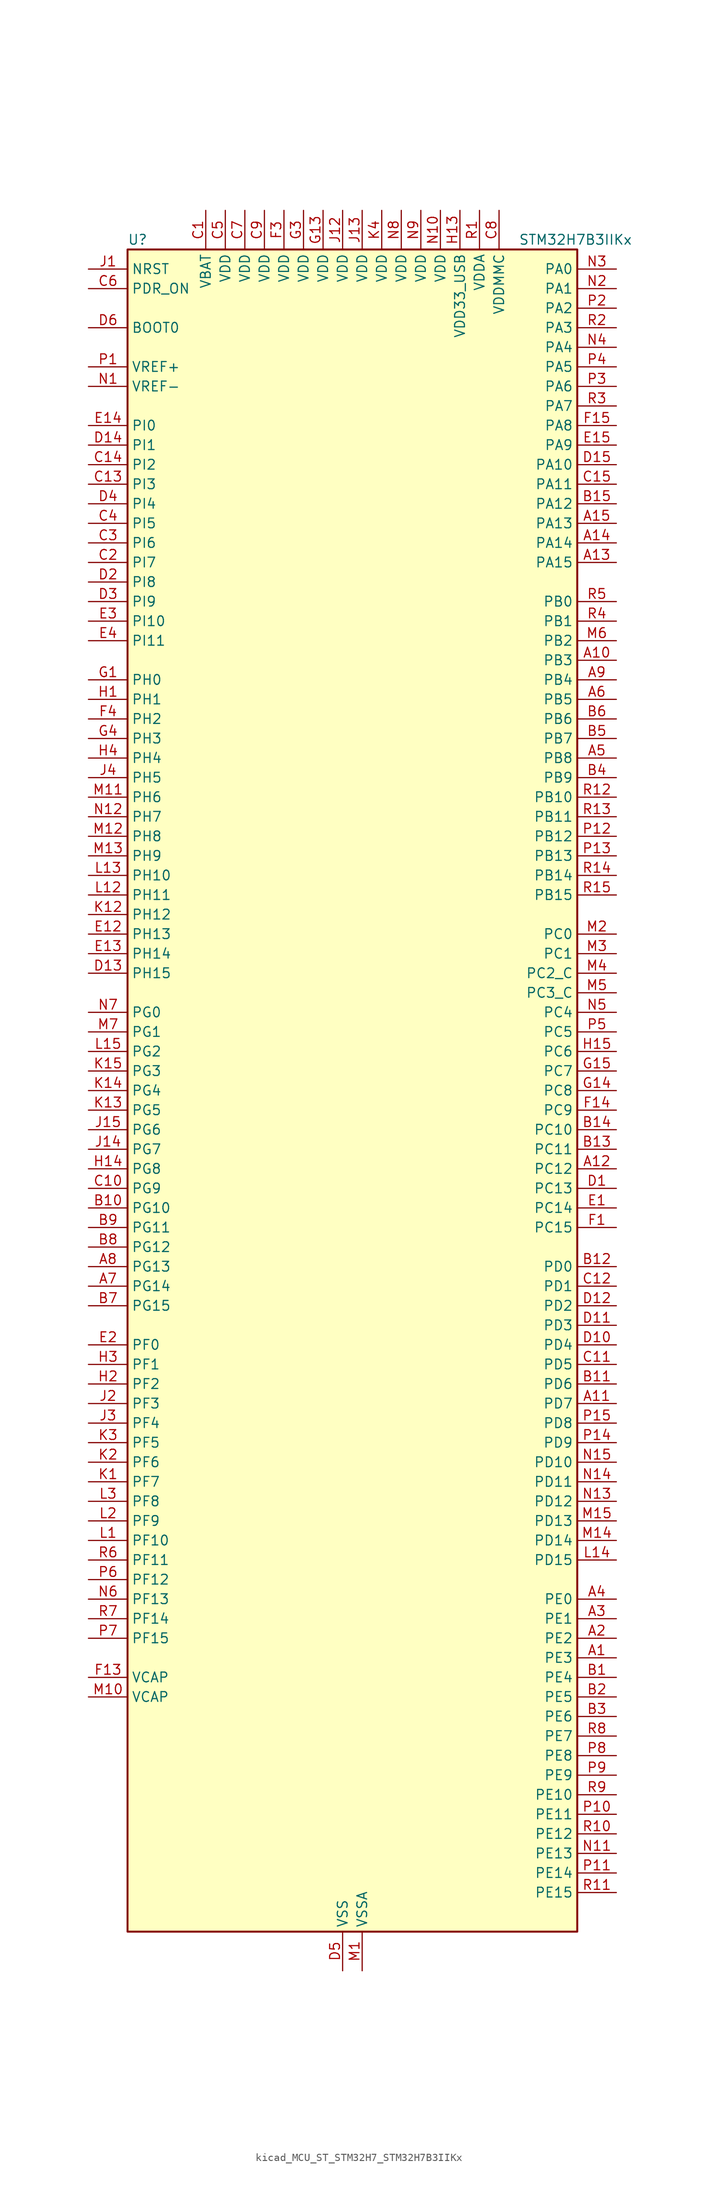
<source format=kicad_sym>
(kicad_symbol_lib
  (version 20220914)
  (generator kicad_symbol_editor)
  (symbol "kicad_MCU_ST_STM32H7_STM32H7B3IIKx"
    (property "Reference" "U"
      (at -27.94 110.49 0)
      (effects (font (size 1.27 1.27)) (justify left)))
    (property "Value" "STM32H7B3IIKx"
      (at 22.86 110.49 0)
      (effects (font (size 1.27 1.27)) (justify left)))
    (property "ki_locked" ""
      (at 0 0 0)
      (effects (font (size 1.27 1.27))))
    (symbol "kicad_MCU_ST_STM32H7_STM32H7B3IIKx_0_1"
      (rectangle (start -27.94 -109.22) (end 30.48 109.22) (stroke (width 0.254) (type default)) (fill (type background))))
    (symbol "kicad_MCU_ST_STM32H7_STM32H7B3IIKx_1_1"
      (pin bidirectional line (at 35.56 -73.66 180) (length 5.08) (name "PE3" (effects (font (size 1.27 1.27)))) (number "A1" (effects (font (size 1.27 1.27)))) (alternate "DEBUG_TRACED0" bidirectional line) (alternate "FMC_A19" bidirectional line) (alternate "SAI1_SD_B" bidirectional line) (alternate "TIM15_BKIN" bidirectional line) (alternate "USART10_TX" bidirectional line))
      (pin bidirectional line (at 35.56 55.88 180) (length 5.08) (name "PB3" (effects (font (size 1.27 1.27)))) (number "A10" (effects (font (size 1.27 1.27)))) (alternate "CRS_SYNC" bidirectional line) (alternate "DEBUG_JTDO-SWO" bidirectional line) (alternate "I2S1_CK" bidirectional line) (alternate "I2S3_CK" bidirectional line) (alternate "I2S6_CK" bidirectional line) (alternate "SDMMC2_D2" bidirectional line) (alternate "SPI1_SCK" bidirectional line) (alternate "SPI3_SCK" bidirectional line) (alternate "SPI6_SCK" bidirectional line) (alternate "TIM2_CH2" bidirectional line) (alternate "UART7_RX" bidirectional line))
      (pin bidirectional line (at 35.56 -40.64 180) (length 5.08) (name "PD7" (effects (font (size 1.27 1.27)))) (number "A11" (effects (font (size 1.27 1.27)))) (alternate "DFSDM1_CKIN1" bidirectional line) (alternate "DFSDM1_DATIN4" bidirectional line) (alternate "FMC_NE1" bidirectional line) (alternate "I2S1_SDO" bidirectional line) (alternate "OCTOSPIM_P1_IO7" bidirectional line) (alternate "SDMMC2_CMD" bidirectional line) (alternate "SPDIFRX_IN0" bidirectional line) (alternate "SPI1_MOSI" bidirectional line) (alternate "USART2_CK" bidirectional line))
      (pin bidirectional line (at 35.56 -10.16 180) (length 5.08) (name "PC12" (effects (font (size 1.27 1.27)))) (number "A12" (effects (font (size 1.27 1.27)))) (alternate "DCMI_D9" bidirectional line) (alternate "DEBUG_TRACED3" bidirectional line) (alternate "DFSDM2_CKOUT" bidirectional line) (alternate "I2S3_SDO" bidirectional line) (alternate "I2S6_CK" bidirectional line) (alternate "LTDC_R6" bidirectional line) (alternate "PSSI_D9" bidirectional line) (alternate "SDMMC1_CK" bidirectional line) (alternate "SPI3_MOSI" bidirectional line) (alternate "SPI6_SCK" bidirectional line) (alternate "TIM15_CH1" bidirectional line) (alternate "UART5_TX" bidirectional line) (alternate "USART3_CK" bidirectional line))
      (pin bidirectional line (at 35.56 68.58 180) (length 5.08) (name "PA15" (effects (font (size 1.27 1.27)))) (number "A13" (effects (font (size 1.27 1.27)))) (alternate "ADC1_EXTI15" bidirectional line) (alternate "ADC2_EXTI15" bidirectional line) (alternate "CEC" bidirectional line) (alternate "DEBUG_JTDI" bidirectional line) (alternate "I2S1_WS" bidirectional line) (alternate "I2S3_WS" bidirectional line) (alternate "I2S6_WS" bidirectional line) (alternate "LTDC_B6" bidirectional line) (alternate "LTDC_R3" bidirectional line) (alternate "SPI1_NSS" bidirectional line) (alternate "SPI3_NSS" bidirectional line) (alternate "SPI6_NSS" bidirectional line) (alternate "TIM2_CH1" bidirectional line) (alternate "TIM2_ETR" bidirectional line) (alternate "UART4_DE" bidirectional line) (alternate "UART4_RTS" bidirectional line) (alternate "UART7_TX" bidirectional line))
      (pin bidirectional line (at 35.56 71.12 180) (length 5.08) (name "PA14" (effects (font (size 1.27 1.27)))) (number "A14" (effects (font (size 1.27 1.27)))) (alternate "DEBUG_JTCK-SWCLK" bidirectional line))
      (pin bidirectional line (at 35.56 73.66 180) (length 5.08) (name "PA13" (effects (font (size 1.27 1.27)))) (number "A15" (effects (font (size 1.27 1.27)))) (alternate "DEBUG_JTMS-SWDIO" bidirectional line))
      (pin bidirectional line (at 35.56 -71.12 180) (length 5.08) (name "PE2" (effects (font (size 1.27 1.27)))) (number "A2" (effects (font (size 1.27 1.27)))) (alternate "DEBUG_TRACECLK" bidirectional line) (alternate "FMC_A23" bidirectional line) (alternate "OCTOSPIM_P1_IO2" bidirectional line) (alternate "SAI1_CK1" bidirectional line) (alternate "SAI1_MCLK_A" bidirectional line) (alternate "SPI4_SCK" bidirectional line) (alternate "USART10_RX" bidirectional line))
      (pin bidirectional line (at 35.56 -68.58 180) (length 5.08) (name "PE1" (effects (font (size 1.27 1.27)))) (number "A3" (effects (font (size 1.27 1.27)))) (alternate "DCMI_D3" bidirectional line) (alternate "FMC_NBL1" bidirectional line) (alternate "LPTIM1_IN2" bidirectional line) (alternate "LTDC_R6" bidirectional line) (alternate "PSSI_D3" bidirectional line) (alternate "UART8_TX" bidirectional line))
      (pin bidirectional line (at 35.56 -66.04 180) (length 5.08) (name "PE0" (effects (font (size 1.27 1.27)))) (number "A4" (effects (font (size 1.27 1.27)))) (alternate "DCMI_D2" bidirectional line) (alternate "FMC_NBL0" bidirectional line) (alternate "LPTIM1_ETR" bidirectional line) (alternate "LPTIM2_ETR" bidirectional line) (alternate "LTDC_R0" bidirectional line) (alternate "PSSI_D2" bidirectional line) (alternate "SAI2_MCLK_A" bidirectional line) (alternate "TIM4_ETR" bidirectional line) (alternate "UART8_RX" bidirectional line))
      (pin bidirectional line (at 35.56 43.18 180) (length 5.08) (name "PB8" (effects (font (size 1.27 1.27)))) (number "A5" (effects (font (size 1.27 1.27)))) (alternate "DCMI_D6" bidirectional line) (alternate "DFSDM1_CKIN7" bidirectional line) (alternate "FDCAN1_RX" bidirectional line) (alternate "I2C1_SCL" bidirectional line) (alternate "I2C4_SCL" bidirectional line) (alternate "LTDC_B6" bidirectional line) (alternate "PSSI_D6" bidirectional line) (alternate "SDMMC1_CKIN" bidirectional line) (alternate "SDMMC1_D4" bidirectional line) (alternate "SDMMC2_D4" bidirectional line) (alternate "TIM16_CH1" bidirectional line) (alternate "TIM4_CH3" bidirectional line) (alternate "UART4_RX" bidirectional line))
      (pin bidirectional line (at 35.56 50.8 180) (length 5.08) (name "PB5" (effects (font (size 1.27 1.27)))) (number "A6" (effects (font (size 1.27 1.27)))) (alternate "DCMI_D10" bidirectional line) (alternate "FDCAN2_RX" bidirectional line) (alternate "FMC_SDCKE1" bidirectional line) (alternate "I2C1_SMBA" bidirectional line) (alternate "I2C4_SMBA" bidirectional line) (alternate "I2S1_SDO" bidirectional line) (alternate "I2S3_SDO" bidirectional line) (alternate "I2S6_SDO" bidirectional line) (alternate "LTDC_B5" bidirectional line) (alternate "PSSI_D10" bidirectional line) (alternate "SPI1_MOSI" bidirectional line) (alternate "SPI3_MOSI" bidirectional line) (alternate "SPI6_MOSI" bidirectional line) (alternate "TIM17_BKIN" bidirectional line) (alternate "TIM3_CH2" bidirectional line) (alternate "UART5_RX" bidirectional line) (alternate "USB_OTG_HS_ULPI_D7" bidirectional line))
      (pin bidirectional line (at -33.02 -25.4 0) (length 5.08) (name "PG14" (effects (font (size 1.27 1.27)))) (number "A7" (effects (font (size 1.27 1.27)))) (alternate "DEBUG_TRACED1" bidirectional line) (alternate "FMC_A25" bidirectional line) (alternate "I2S6_SDO" bidirectional line) (alternate "LPTIM1_ETR" bidirectional line) (alternate "LTDC_B0" bidirectional line) (alternate "OCTOSPIM_P1_IO7" bidirectional line) (alternate "SDMMC2_D7" bidirectional line) (alternate "SPI6_MOSI" bidirectional line) (alternate "USART10_DE" bidirectional line) (alternate "USART10_RTS" bidirectional line) (alternate "USART6_TX" bidirectional line))
      (pin bidirectional line (at -33.02 -22.86 0) (length 5.08) (name "PG13" (effects (font (size 1.27 1.27)))) (number "A8" (effects (font (size 1.27 1.27)))) (alternate "DEBUG_TRACED0" bidirectional line) (alternate "FMC_A24" bidirectional line) (alternate "I2S6_CK" bidirectional line) (alternate "LPTIM1_OUT" bidirectional line) (alternate "LTDC_R0" bidirectional line) (alternate "SDMMC2_D6" bidirectional line) (alternate "SPI6_SCK" bidirectional line) (alternate "USART10_CTS" bidirectional line) (alternate "USART10_NSS" bidirectional line) (alternate "USART6_CTS" bidirectional line) (alternate "USART6_NSS" bidirectional line))
      (pin bidirectional line (at 35.56 53.34 180) (length 5.08) (name "PB4" (effects (font (size 1.27 1.27)))) (number "A9" (effects (font (size 1.27 1.27)))) (alternate "DEBUG_JTRST" bidirectional line) (alternate "I2S1_SDI" bidirectional line) (alternate "I2S2_WS" bidirectional line) (alternate "I2S3_SDI" bidirectional line) (alternate "I2S6_SDI" bidirectional line) (alternate "SDMMC2_D3" bidirectional line) (alternate "SPI1_MISO" bidirectional line) (alternate "SPI2_NSS" bidirectional line) (alternate "SPI3_MISO" bidirectional line) (alternate "SPI6_MISO" bidirectional line) (alternate "TIM16_BKIN" bidirectional line) (alternate "TIM3_CH1" bidirectional line) (alternate "UART7_TX" bidirectional line))
      (pin bidirectional line (at 35.56 -76.2 180) (length 5.08) (name "PE4" (effects (font (size 1.27 1.27)))) (number "B1" (effects (font (size 1.27 1.27)))) (alternate "DCMI_D4" bidirectional line) (alternate "DEBUG_TRACED1" bidirectional line) (alternate "DFSDM1_DATIN3" bidirectional line) (alternate "FMC_A20" bidirectional line) (alternate "LTDC_B0" bidirectional line) (alternate "PSSI_D4" bidirectional line) (alternate "SAI1_D2" bidirectional line) (alternate "SAI1_FS_A" bidirectional line) (alternate "SPI4_NSS" bidirectional line) (alternate "TIM15_CH1N" bidirectional line))
      (pin bidirectional line (at -33.02 -15.24 0) (length 5.08) (name "PG10" (effects (font (size 1.27 1.27)))) (number "B10" (effects (font (size 1.27 1.27)))) (alternate "DCMI_D2" bidirectional line) (alternate "FMC_NE3" bidirectional line) (alternate "I2S1_WS" bidirectional line) (alternate "LTDC_B2" bidirectional line) (alternate "LTDC_G3" bidirectional line) (alternate "OCTOSPIM_P2_IO6" bidirectional line) (alternate "PSSI_D2" bidirectional line) (alternate "SAI2_SD_B" bidirectional line) (alternate "SDMMC2_D1" bidirectional line) (alternate "SPI1_NSS" bidirectional line))
      (pin bidirectional line (at 35.56 -38.1 180) (length 5.08) (name "PD6" (effects (font (size 1.27 1.27)))) (number "B11" (effects (font (size 1.27 1.27)))) (alternate "DCMI_D10" bidirectional line) (alternate "DFSDM1_CKIN4" bidirectional line) (alternate "DFSDM1_DATIN1" bidirectional line) (alternate "FMC_NWAIT" bidirectional line) (alternate "I2S3_SDO" bidirectional line) (alternate "LTDC_B2" bidirectional line) (alternate "OCTOSPIM_P1_IO6" bidirectional line) (alternate "PSSI_D10" bidirectional line) (alternate "SAI1_D1" bidirectional line) (alternate "SAI1_SD_A" bidirectional line) (alternate "SDMMC2_CK" bidirectional line) (alternate "SPI3_MOSI" bidirectional line) (alternate "USART2_RX" bidirectional line))
      (pin bidirectional line (at 35.56 -22.86 180) (length 5.08) (name "PD0" (effects (font (size 1.27 1.27)))) (number "B12" (effects (font (size 1.27 1.27)))) (alternate "DFSDM1_CKIN6" bidirectional line) (alternate "FDCAN1_RX" bidirectional line) (alternate "FMC_D2" bidirectional line) (alternate "FMC_DA2" bidirectional line) (alternate "LTDC_B1" bidirectional line) (alternate "UART4_RX" bidirectional line) (alternate "UART9_CTS" bidirectional line))
      (pin bidirectional line (at 35.56 -7.62 180) (length 5.08) (name "PC11" (effects (font (size 1.27 1.27)))) (number "B13" (effects (font (size 1.27 1.27)))) (alternate "ADC1_EXTI11" bidirectional line) (alternate "ADC2_EXTI11" bidirectional line) (alternate "DCMI_D4" bidirectional line) (alternate "DFSDM1_DATIN5" bidirectional line) (alternate "DFSDM2_DATIN0" bidirectional line) (alternate "I2S3_SDI" bidirectional line) (alternate "LTDC_B4" bidirectional line) (alternate "OCTOSPIM_P1_NCS" bidirectional line) (alternate "PSSI_D4" bidirectional line) (alternate "SDMMC1_D3" bidirectional line) (alternate "SPI3_MISO" bidirectional line) (alternate "UART4_RX" bidirectional line) (alternate "USART3_RX" bidirectional line))
      (pin bidirectional line (at 35.56 -5.08 180) (length 5.08) (name "PC10" (effects (font (size 1.27 1.27)))) (number "B14" (effects (font (size 1.27 1.27)))) (alternate "DCMI_D8" bidirectional line) (alternate "DFSDM1_CKIN5" bidirectional line) (alternate "DFSDM2_CKIN0" bidirectional line) (alternate "I2S3_CK" bidirectional line) (alternate "LTDC_B1" bidirectional line) (alternate "LTDC_R2" bidirectional line) (alternate "OCTOSPIM_P1_IO1" bidirectional line) (alternate "PSSI_D8" bidirectional line) (alternate "SDMMC1_D2" bidirectional line) (alternate "SPI3_SCK" bidirectional line) (alternate "SWPMI1_RX" bidirectional line) (alternate "UART4_TX" bidirectional line) (alternate "USART3_TX" bidirectional line))
      (pin bidirectional line (at 35.56 76.2 180) (length 5.08) (name "PA12" (effects (font (size 1.27 1.27)))) (number "B15" (effects (font (size 1.27 1.27)))) (alternate "FDCAN1_TX" bidirectional line) (alternate "I2S2_CK" bidirectional line) (alternate "LPUART1_DE" bidirectional line) (alternate "LPUART1_RTS" bidirectional line) (alternate "LTDC_R5" bidirectional line) (alternate "SAI2_FS_B" bidirectional line) (alternate "SPI2_SCK" bidirectional line) (alternate "TIM1_ETR" bidirectional line) (alternate "UART4_TX" bidirectional line) (alternate "USART1_DE" bidirectional line) (alternate "USART1_RTS" bidirectional line) (alternate "USB_OTG_HS_DP" bidirectional line))
      (pin bidirectional line (at 35.56 -78.74 180) (length 5.08) (name "PE5" (effects (font (size 1.27 1.27)))) (number "B2" (effects (font (size 1.27 1.27)))) (alternate "DCMI_D6" bidirectional line) (alternate "DEBUG_TRACED2" bidirectional line) (alternate "DFSDM1_CKIN3" bidirectional line) (alternate "FMC_A21" bidirectional line) (alternate "LTDC_G0" bidirectional line) (alternate "PSSI_D6" bidirectional line) (alternate "SAI1_CK2" bidirectional line) (alternate "SAI1_SCK_A" bidirectional line) (alternate "SPI4_MISO" bidirectional line) (alternate "TIM15_CH1" bidirectional line))
      (pin bidirectional line (at 35.56 -81.28 180) (length 5.08) (name "PE6" (effects (font (size 1.27 1.27)))) (number "B3" (effects (font (size 1.27 1.27)))) (alternate "DCMI_D7" bidirectional line) (alternate "DEBUG_TRACED3" bidirectional line) (alternate "FMC_A22" bidirectional line) (alternate "LTDC_G1" bidirectional line) (alternate "PSSI_D7" bidirectional line) (alternate "SAI1_D1" bidirectional line) (alternate "SAI1_SD_A" bidirectional line) (alternate "SAI2_MCLK_B" bidirectional line) (alternate "SPI4_MOSI" bidirectional line) (alternate "TIM15_CH2" bidirectional line) (alternate "TIM1_BKIN2" bidirectional line) (alternate "TIM1_BKIN2_COMP1" bidirectional line) (alternate "TIM1_BKIN2_COMP2" bidirectional line))
      (pin bidirectional line (at 35.56 40.64 180) (length 5.08) (name "PB9" (effects (font (size 1.27 1.27)))) (number "B4" (effects (font (size 1.27 1.27)))) (alternate "DAC1_EXTI9" bidirectional line) (alternate "DCMI_D7" bidirectional line) (alternate "DFSDM1_DATIN7" bidirectional line) (alternate "FDCAN1_TX" bidirectional line) (alternate "I2C1_SDA" bidirectional line) (alternate "I2C4_SDA" bidirectional line) (alternate "I2C4_SMBA" bidirectional line) (alternate "I2S2_WS" bidirectional line) (alternate "LTDC_B7" bidirectional line) (alternate "PSSI_D7" bidirectional line) (alternate "SDMMC1_CDIR" bidirectional line) (alternate "SDMMC1_D5" bidirectional line) (alternate "SDMMC2_D5" bidirectional line) (alternate "SPI2_NSS" bidirectional line) (alternate "TIM17_CH1" bidirectional line) (alternate "TIM4_CH4" bidirectional line) (alternate "UART4_TX" bidirectional line))
      (pin bidirectional line (at 35.56 45.72 180) (length 5.08) (name "PB7" (effects (font (size 1.27 1.27)))) (number "B5" (effects (font (size 1.27 1.27)))) (alternate "DCMI_VSYNC" bidirectional line) (alternate "DFSDM1_CKIN5" bidirectional line) (alternate "FMC_NL" bidirectional line) (alternate "I2C1_SDA" bidirectional line) (alternate "I2C4_SDA" bidirectional line) (alternate "LPUART1_RX" bidirectional line) (alternate "PSSI_RDY" bidirectional line) (alternate "PWR_PVD_IN" bidirectional line) (alternate "TIM17_CH1N" bidirectional line) (alternate "TIM4_CH2" bidirectional line) (alternate "USART1_RX" bidirectional line))
      (pin bidirectional line (at 35.56 48.26 180) (length 5.08) (name "PB6" (effects (font (size 1.27 1.27)))) (number "B6" (effects (font (size 1.27 1.27)))) (alternate "CEC" bidirectional line) (alternate "DCMI_D5" bidirectional line) (alternate "DFSDM1_DATIN5" bidirectional line) (alternate "FDCAN2_TX" bidirectional line) (alternate "FMC_SDNE1" bidirectional line) (alternate "I2C1_SCL" bidirectional line) (alternate "I2C4_SCL" bidirectional line) (alternate "LPUART1_TX" bidirectional line) (alternate "OCTOSPIM_P1_NCS" bidirectional line) (alternate "PSSI_D5" bidirectional line) (alternate "TIM16_CH1N" bidirectional line) (alternate "TIM4_CH1" bidirectional line) (alternate "UART5_TX" bidirectional line) (alternate "USART1_TX" bidirectional line))
      (pin bidirectional line (at -33.02 -27.94 0) (length 5.08) (name "PG15" (effects (font (size 1.27 1.27)))) (number "B7" (effects (font (size 1.27 1.27)))) (alternate "ADC1_EXTI15" bidirectional line) (alternate "ADC2_EXTI15" bidirectional line) (alternate "DCMI_D13" bidirectional line) (alternate "FMC_SDNCAS" bidirectional line) (alternate "OCTOSPIM_P2_DQS" bidirectional line) (alternate "PSSI_D13" bidirectional line) (alternate "USART10_CK" bidirectional line) (alternate "USART6_CTS" bidirectional line) (alternate "USART6_NSS" bidirectional line))
      (pin bidirectional line (at -33.02 -20.32 0) (length 5.08) (name "PG12" (effects (font (size 1.27 1.27)))) (number "B8" (effects (font (size 1.27 1.27)))) (alternate "FMC_NE4" bidirectional line) (alternate "I2S6_SDI" bidirectional line) (alternate "LPTIM1_IN1" bidirectional line) (alternate "LTDC_B1" bidirectional line) (alternate "LTDC_B4" bidirectional line) (alternate "OCTOSPIM_P2_NCS" bidirectional line) (alternate "SDMMC2_D3" bidirectional line) (alternate "SPDIFRX_IN1" bidirectional line) (alternate "SPI6_MISO" bidirectional line) (alternate "USART10_TX" bidirectional line) (alternate "USART6_DE" bidirectional line) (alternate "USART6_RTS" bidirectional line))
      (pin bidirectional line (at -33.02 -17.78 0) (length 5.08) (name "PG11" (effects (font (size 1.27 1.27)))) (number "B9" (effects (font (size 1.27 1.27)))) (alternate "ADC1_EXTI11" bidirectional line) (alternate "ADC2_EXTI11" bidirectional line) (alternate "DCMI_D3" bidirectional line) (alternate "I2S1_CK" bidirectional line) (alternate "LPTIM1_IN2" bidirectional line) (alternate "LTDC_B3" bidirectional line) (alternate "OCTOSPIM_P2_IO7" bidirectional line) (alternate "PSSI_D3" bidirectional line) (alternate "SDMMC2_D2" bidirectional line) (alternate "SPDIFRX_IN0" bidirectional line) (alternate "SPI1_SCK" bidirectional line) (alternate "USART10_RX" bidirectional line))
      (pin power_in line (at -17.78 114.3 270) (length 5.08) (name "VBAT" (effects (font (size 1.27 1.27)))) (number "C1" (effects (font (size 1.27 1.27)))))
      (pin bidirectional line (at -33.02 -12.7 0) (length 5.08) (name "PG9" (effects (font (size 1.27 1.27)))) (number "C10" (effects (font (size 1.27 1.27)))) (alternate "DAC1_EXTI9" bidirectional line) (alternate "DCMI_VSYNC" bidirectional line) (alternate "FMC_NCE" bidirectional line) (alternate "FMC_NE2" bidirectional line) (alternate "I2S1_SDI" bidirectional line) (alternate "OCTOSPIM_P1_IO6" bidirectional line) (alternate "PSSI_RDY" bidirectional line) (alternate "SAI2_FS_B" bidirectional line) (alternate "SDMMC2_D0" bidirectional line) (alternate "SPDIFRX_IN3" bidirectional line) (alternate "SPI1_MISO" bidirectional line) (alternate "USART6_RX" bidirectional line))
      (pin bidirectional line (at 35.56 -35.56 180) (length 5.08) (name "PD5" (effects (font (size 1.27 1.27)))) (number "C11" (effects (font (size 1.27 1.27)))) (alternate "FMC_NWE" bidirectional line) (alternate "OCTOSPIM_P1_IO5" bidirectional line) (alternate "USART2_TX" bidirectional line))
      (pin bidirectional line (at 35.56 -25.4 180) (length 5.08) (name "PD1" (effects (font (size 1.27 1.27)))) (number "C12" (effects (font (size 1.27 1.27)))) (alternate "DFSDM1_DATIN6" bidirectional line) (alternate "FDCAN1_TX" bidirectional line) (alternate "FMC_D3" bidirectional line) (alternate "FMC_DA3" bidirectional line) (alternate "UART4_TX" bidirectional line))
      (pin bidirectional line (at -33.02 78.74 0) (length 5.08) (name "PI3" (effects (font (size 1.27 1.27)))) (number "C13" (effects (font (size 1.27 1.27)))) (alternate "DCMI_D10" bidirectional line) (alternate "FMC_D27" bidirectional line) (alternate "I2S2_SDO" bidirectional line) (alternate "PSSI_D10" bidirectional line) (alternate "SPI2_MOSI" bidirectional line) (alternate "TIM8_ETR" bidirectional line))
      (pin bidirectional line (at -33.02 81.28 0) (length 5.08) (name "PI2" (effects (font (size 1.27 1.27)))) (number "C14" (effects (font (size 1.27 1.27)))) (alternate "DCMI_D9" bidirectional line) (alternate "FMC_D26" bidirectional line) (alternate "I2S2_SDI" bidirectional line) (alternate "LTDC_G7" bidirectional line) (alternate "PSSI_D9" bidirectional line) (alternate "SPI2_MISO" bidirectional line) (alternate "TIM8_CH4" bidirectional line))
      (pin bidirectional line (at 35.56 78.74 180) (length 5.08) (name "PA11" (effects (font (size 1.27 1.27)))) (number "C15" (effects (font (size 1.27 1.27)))) (alternate "ADC1_EXTI11" bidirectional line) (alternate "ADC2_EXTI11" bidirectional line) (alternate "FDCAN1_RX" bidirectional line) (alternate "I2S2_WS" bidirectional line) (alternate "LPUART1_CTS" bidirectional line) (alternate "LTDC_R4" bidirectional line) (alternate "SPI2_NSS" bidirectional line) (alternate "TIM1_CH4" bidirectional line) (alternate "UART4_RX" bidirectional line) (alternate "USART1_CTS" bidirectional line) (alternate "USART1_NSS" bidirectional line) (alternate "USB_OTG_HS_DM" bidirectional line))
      (pin bidirectional line (at -33.02 68.58 0) (length 5.08) (name "PI7" (effects (font (size 1.27 1.27)))) (number "C2" (effects (font (size 1.27 1.27)))) (alternate "DCMI_D7" bidirectional line) (alternate "FMC_D29" bidirectional line) (alternate "LTDC_B7" bidirectional line) (alternate "PSSI_D7" bidirectional line) (alternate "SAI2_FS_A" bidirectional line) (alternate "TIM8_CH3" bidirectional line))
      (pin bidirectional line (at -33.02 71.12 0) (length 5.08) (name "PI6" (effects (font (size 1.27 1.27)))) (number "C3" (effects (font (size 1.27 1.27)))) (alternate "DCMI_D6" bidirectional line) (alternate "FMC_D28" bidirectional line) (alternate "LTDC_B6" bidirectional line) (alternate "PSSI_D6" bidirectional line) (alternate "SAI2_SD_A" bidirectional line) (alternate "TIM8_CH2" bidirectional line))
      (pin bidirectional line (at -33.02 73.66 0) (length 5.08) (name "PI5" (effects (font (size 1.27 1.27)))) (number "C4" (effects (font (size 1.27 1.27)))) (alternate "DCMI_VSYNC" bidirectional line) (alternate "FMC_NBL3" bidirectional line) (alternate "LTDC_B5" bidirectional line) (alternate "PSSI_RDY" bidirectional line) (alternate "SAI2_SCK_A" bidirectional line) (alternate "TIM8_CH1" bidirectional line))
      (pin power_in line (at -15.24 114.3 270) (length 5.08) (name "VDD" (effects (font (size 1.27 1.27)))) (number "C5" (effects (font (size 1.27 1.27)))))
      (pin input line (at -33.02 104.14 0) (length 5.08) (name "PDR_ON" (effects (font (size 1.27 1.27)))) (number "C6" (effects (font (size 1.27 1.27)))))
      (pin power_in line (at -12.7 114.3 270) (length 5.08) (name "VDD" (effects (font (size 1.27 1.27)))) (number "C7" (effects (font (size 1.27 1.27)))))
      (pin power_in line (at 20.32 114.3 270) (length 5.08) (name "VDDMMC" (effects (font (size 1.27 1.27)))) (number "C8" (effects (font (size 1.27 1.27)))))
      (pin power_in line (at -10.16 114.3 270) (length 5.08) (name "VDD" (effects (font (size 1.27 1.27)))) (number "C9" (effects (font (size 1.27 1.27)))))
      (pin bidirectional line (at 35.56 -12.7 180) (length 5.08) (name "PC13" (effects (font (size 1.27 1.27)))) (number "D1" (effects (font (size 1.27 1.27)))) (alternate "PWR_WKUP4" bidirectional line) (alternate "RTC_OUT_ALARM" bidirectional line) (alternate "RTC_OUT_CALIB" bidirectional line) (alternate "RTC_TAMP1" bidirectional line) (alternate "RTC_TS" bidirectional line))
      (pin bidirectional line (at 35.56 -33.02 180) (length 5.08) (name "PD4" (effects (font (size 1.27 1.27)))) (number "D10" (effects (font (size 1.27 1.27)))) (alternate "FMC_NOE" bidirectional line) (alternate "OCTOSPIM_P1_IO4" bidirectional line) (alternate "USART2_DE" bidirectional line) (alternate "USART2_RTS" bidirectional line))
      (pin bidirectional line (at 35.56 -30.48 180) (length 5.08) (name "PD3" (effects (font (size 1.27 1.27)))) (number "D11" (effects (font (size 1.27 1.27)))) (alternate "DCMI_D5" bidirectional line) (alternate "DFSDM1_CKOUT" bidirectional line) (alternate "FMC_CLK" bidirectional line) (alternate "I2S2_CK" bidirectional line) (alternate "LTDC_G7" bidirectional line) (alternate "PSSI_D5" bidirectional line) (alternate "SPI2_SCK" bidirectional line) (alternate "USART2_CTS" bidirectional line) (alternate "USART2_NSS" bidirectional line))
      (pin bidirectional line (at 35.56 -27.94 180) (length 5.08) (name "PD2" (effects (font (size 1.27 1.27)))) (number "D12" (effects (font (size 1.27 1.27)))) (alternate "DCMI_D11" bidirectional line) (alternate "DEBUG_TRACED2" bidirectional line) (alternate "LTDC_B2" bidirectional line) (alternate "LTDC_B7" bidirectional line) (alternate "PSSI_D11" bidirectional line) (alternate "SDMMC1_CMD" bidirectional line) (alternate "TIM15_BKIN" bidirectional line) (alternate "TIM3_ETR" bidirectional line) (alternate "UART5_RX" bidirectional line))
      (pin bidirectional line (at -33.02 15.24 0) (length 5.08) (name "PH15" (effects (font (size 1.27 1.27)))) (number "D13" (effects (font (size 1.27 1.27)))) (alternate "ADC1_EXTI15" bidirectional line) (alternate "ADC2_EXTI15" bidirectional line) (alternate "DCMI_D11" bidirectional line) (alternate "FMC_D23" bidirectional line) (alternate "LTDC_G4" bidirectional line) (alternate "PSSI_D11" bidirectional line) (alternate "TIM8_CH3N" bidirectional line))
      (pin bidirectional line (at -33.02 83.82 0) (length 5.08) (name "PI1" (effects (font (size 1.27 1.27)))) (number "D14" (effects (font (size 1.27 1.27)))) (alternate "DCMI_D8" bidirectional line) (alternate "FMC_D25" bidirectional line) (alternate "I2S2_CK" bidirectional line) (alternate "LTDC_G6" bidirectional line) (alternate "PSSI_D8" bidirectional line) (alternate "SPI2_SCK" bidirectional line) (alternate "TIM8_BKIN2" bidirectional line) (alternate "TIM8_BKIN2_COMP1" bidirectional line) (alternate "TIM8_BKIN2_COMP2" bidirectional line))
      (pin bidirectional line (at 35.56 81.28 180) (length 5.08) (name "PA10" (effects (font (size 1.27 1.27)))) (number "D15" (effects (font (size 1.27 1.27)))) (alternate "DCMI_D1" bidirectional line) (alternate "LPUART1_RX" bidirectional line) (alternate "LTDC_B1" bidirectional line) (alternate "LTDC_B4" bidirectional line) (alternate "MDIOS_MDIO" bidirectional line) (alternate "PSSI_D1" bidirectional line) (alternate "TIM1_CH3" bidirectional line) (alternate "USART1_RX" bidirectional line) (alternate "USB_OTG_HS_ID" bidirectional line))
      (pin bidirectional line (at -33.02 66.04 0) (length 5.08) (name "PI8" (effects (font (size 1.27 1.27)))) (number "D2" (effects (font (size 1.27 1.27)))) (alternate "PWR_WKUP3" bidirectional line) (alternate "RTC_OUT_ALARM" bidirectional line) (alternate "RTC_TAMP2" bidirectional line))
      (pin bidirectional line (at -33.02 63.5 0) (length 5.08) (name "PI9" (effects (font (size 1.27 1.27)))) (number "D3" (effects (font (size 1.27 1.27)))) (alternate "DAC1_EXTI9" bidirectional line) (alternate "FDCAN1_RX" bidirectional line) (alternate "FMC_D30" bidirectional line) (alternate "LTDC_VSYNC" bidirectional line) (alternate "OCTOSPIM_P2_IO0" bidirectional line) (alternate "UART4_RX" bidirectional line))
      (pin bidirectional line (at -33.02 76.2 0) (length 5.08) (name "PI4" (effects (font (size 1.27 1.27)))) (number "D4" (effects (font (size 1.27 1.27)))) (alternate "DCMI_D5" bidirectional line) (alternate "FMC_NBL2" bidirectional line) (alternate "LTDC_B4" bidirectional line) (alternate "PSSI_D5" bidirectional line) (alternate "SAI2_MCLK_A" bidirectional line) (alternate "TIM8_BKIN" bidirectional line) (alternate "TIM8_BKIN_COMP1" bidirectional line) (alternate "TIM8_BKIN_COMP2" bidirectional line))
      (pin power_in line (at 0 -114.3 90) (length 5.08) (name "VSS" (effects (font (size 1.27 1.27)))) (number "D5" (effects (font (size 1.27 1.27)))))
      (pin input line (at -33.02 99.06 0) (length 5.08) (name "BOOT0" (effects (font (size 1.27 1.27)))) (number "D6" (effects (font (size 1.27 1.27)))))
      (pin passive line (at 0 -114.3 90) (length 5.08) hide (name "VSS" (effects (font (size 1.27 1.27)))) (number "D7" (effects (font (size 1.27 1.27)))))
      (pin passive line (at 0 -114.3 90) (length 5.08) hide (name "VSS" (effects (font (size 1.27 1.27)))) (number "D8" (effects (font (size 1.27 1.27)))))
      (pin passive line (at 0 -114.3 90) (length 5.08) hide (name "VSS" (effects (font (size 1.27 1.27)))) (number "D9" (effects (font (size 1.27 1.27)))))
      (pin bidirectional line (at 35.56 -15.24 180) (length 5.08) (name "PC14" (effects (font (size 1.27 1.27)))) (number "E1" (effects (font (size 1.27 1.27)))) (alternate "RCC_OSC32_IN" bidirectional line))
      (pin bidirectional line (at -33.02 20.32 0) (length 5.08) (name "PH13" (effects (font (size 1.27 1.27)))) (number "E12" (effects (font (size 1.27 1.27)))) (alternate "FDCAN1_TX" bidirectional line) (alternate "FMC_D21" bidirectional line) (alternate "LTDC_G2" bidirectional line) (alternate "TIM8_CH1N" bidirectional line) (alternate "UART4_TX" bidirectional line))
      (pin bidirectional line (at -33.02 17.78 0) (length 5.08) (name "PH14" (effects (font (size 1.27 1.27)))) (number "E13" (effects (font (size 1.27 1.27)))) (alternate "DCMI_D4" bidirectional line) (alternate "FDCAN1_RX" bidirectional line) (alternate "FMC_D22" bidirectional line) (alternate "LTDC_G3" bidirectional line) (alternate "PSSI_D4" bidirectional line) (alternate "TIM8_CH2N" bidirectional line) (alternate "UART4_RX" bidirectional line))
      (pin bidirectional line (at -33.02 86.36 0) (length 5.08) (name "PI0" (effects (font (size 1.27 1.27)))) (number "E14" (effects (font (size 1.27 1.27)))) (alternate "DCMI_D13" bidirectional line) (alternate "FMC_D24" bidirectional line) (alternate "I2S2_WS" bidirectional line) (alternate "LTDC_G5" bidirectional line) (alternate "PSSI_D13" bidirectional line) (alternate "SPI2_NSS" bidirectional line) (alternate "TIM5_CH4" bidirectional line))
      (pin bidirectional line (at 35.56 83.82 180) (length 5.08) (name "PA9" (effects (font (size 1.27 1.27)))) (number "E15" (effects (font (size 1.27 1.27)))) (alternate "DAC1_EXTI9" bidirectional line) (alternate "DCMI_D0" bidirectional line) (alternate "I2C3_SMBA" bidirectional line) (alternate "I2S2_CK" bidirectional line) (alternate "LPUART1_TX" bidirectional line) (alternate "LTDC_R5" bidirectional line) (alternate "PSSI_D0" bidirectional line) (alternate "SPI2_SCK" bidirectional line) (alternate "TIM1_CH2" bidirectional line) (alternate "USART1_TX" bidirectional line) (alternate "USB_OTG_HS_VBUS" bidirectional line))
      (pin bidirectional line (at -33.02 -33.02 0) (length 5.08) (name "PF0" (effects (font (size 1.27 1.27)))) (number "E2" (effects (font (size 1.27 1.27)))) (alternate "FMC_A0" bidirectional line) (alternate "I2C2_SDA" bidirectional line) (alternate "OCTOSPIM_P2_IO0" bidirectional line))
      (pin bidirectional line (at -33.02 60.96 0) (length 5.08) (name "PI10" (effects (font (size 1.27 1.27)))) (number "E3" (effects (font (size 1.27 1.27)))) (alternate "FMC_D31" bidirectional line) (alternate "LTDC_HSYNC" bidirectional line) (alternate "OCTOSPIM_P2_IO1" bidirectional line) (alternate "PSSI_D14" bidirectional line))
      (pin bidirectional line (at -33.02 58.42 0) (length 5.08) (name "PI11" (effects (font (size 1.27 1.27)))) (number "E4" (effects (font (size 1.27 1.27)))) (alternate "ADC1_EXTI11" bidirectional line) (alternate "ADC2_EXTI11" bidirectional line) (alternate "LTDC_G6" bidirectional line) (alternate "OCTOSPIM_P2_IO2" bidirectional line) (alternate "PSSI_D15" bidirectional line) (alternate "PWR_WKUP5" bidirectional line) (alternate "USB_OTG_HS_ULPI_DIR" bidirectional line))
      (pin bidirectional line (at 35.56 -17.78 180) (length 5.08) (name "PC15" (effects (font (size 1.27 1.27)))) (number "F1" (effects (font (size 1.27 1.27)))) (alternate "ADC1_EXTI15" bidirectional line) (alternate "ADC2_EXTI15" bidirectional line) (alternate "RCC_OSC32_OUT" bidirectional line))
      (pin passive line (at 0 -114.3 90) (length 5.08) hide (name "VSS" (effects (font (size 1.27 1.27)))) (number "F10" (effects (font (size 1.27 1.27)))))
      (pin passive line (at 0 -114.3 90) (length 5.08) hide (name "VSS" (effects (font (size 1.27 1.27)))) (number "F12" (effects (font (size 1.27 1.27)))))
      (pin power_out line (at -33.02 -76.2 0) (length 5.08) (name "VCAP" (effects (font (size 1.27 1.27)))) (number "F13" (effects (font (size 1.27 1.27)))))
      (pin bidirectional line (at 35.56 -2.54 180) (length 5.08) (name "PC9" (effects (font (size 1.27 1.27)))) (number "F14" (effects (font (size 1.27 1.27)))) (alternate "DAC1_EXTI9" bidirectional line) (alternate "DCMI_D3" bidirectional line) (alternate "I2C3_SDA" bidirectional line) (alternate "I2S_CKIN" bidirectional line) (alternate "LTDC_B2" bidirectional line) (alternate "LTDC_G3" bidirectional line) (alternate "OCTOSPIM_P1_IO0" bidirectional line) (alternate "PSSI_D3" bidirectional line) (alternate "RCC_MCO_2" bidirectional line) (alternate "SDMMC1_D1" bidirectional line) (alternate "SWPMI1_SUSPEND" bidirectional line) (alternate "TIM3_CH4" bidirectional line) (alternate "TIM8_CH4" bidirectional line) (alternate "UART5_CTS" bidirectional line))
      (pin bidirectional line (at 35.56 86.36 180) (length 5.08) (name "PA8" (effects (font (size 1.27 1.27)))) (number "F15" (effects (font (size 1.27 1.27)))) (alternate "I2C3_SCL" bidirectional line) (alternate "LTDC_B3" bidirectional line) (alternate "LTDC_R6" bidirectional line) (alternate "RCC_MCO_1" bidirectional line) (alternate "TIM1_CH1" bidirectional line) (alternate "TIM8_BKIN2" bidirectional line) (alternate "TIM8_BKIN2_COMP1" bidirectional line) (alternate "TIM8_BKIN2_COMP2" bidirectional line) (alternate "UART7_RX" bidirectional line) (alternate "USART1_CK" bidirectional line) (alternate "USB_OTG_HS_SOF" bidirectional line))
      (pin passive line (at 0 -114.3 90) (length 5.08) hide (name "VSS" (effects (font (size 1.27 1.27)))) (number "F2" (effects (font (size 1.27 1.27)))))
      (pin power_in line (at -7.62 114.3 270) (length 5.08) (name "VDD" (effects (font (size 1.27 1.27)))) (number "F3" (effects (font (size 1.27 1.27)))))
      (pin bidirectional line (at -33.02 48.26 0) (length 5.08) (name "PH2" (effects (font (size 1.27 1.27)))) (number "F4" (effects (font (size 1.27 1.27)))) (alternate "FMC_SDCKE0" bidirectional line) (alternate "LPTIM1_IN2" bidirectional line) (alternate "LTDC_R0" bidirectional line) (alternate "OCTOSPIM_P1_IO4" bidirectional line) (alternate "SAI2_SCK_B" bidirectional line))
      (pin passive line (at 0 -114.3 90) (length 5.08) hide (name "VSS" (effects (font (size 1.27 1.27)))) (number "F6" (effects (font (size 1.27 1.27)))))
      (pin passive line (at 0 -114.3 90) (length 5.08) hide (name "VSS" (effects (font (size 1.27 1.27)))) (number "F7" (effects (font (size 1.27 1.27)))))
      (pin passive line (at 0 -114.3 90) (length 5.08) hide (name "VSS" (effects (font (size 1.27 1.27)))) (number "F8" (effects (font (size 1.27 1.27)))))
      (pin passive line (at 0 -114.3 90) (length 5.08) hide (name "VSS" (effects (font (size 1.27 1.27)))) (number "F9" (effects (font (size 1.27 1.27)))))
      (pin bidirectional line (at -33.02 53.34 0) (length 5.08) (name "PH0" (effects (font (size 1.27 1.27)))) (number "G1" (effects (font (size 1.27 1.27)))) (alternate "RCC_OSC_IN" bidirectional line))
      (pin passive line (at 0 -114.3 90) (length 5.08) hide (name "VSS" (effects (font (size 1.27 1.27)))) (number "G10" (effects (font (size 1.27 1.27)))))
      (pin passive line (at 0 -114.3 90) (length 5.08) hide (name "VSS" (effects (font (size 1.27 1.27)))) (number "G12" (effects (font (size 1.27 1.27)))))
      (pin power_in line (at -2.54 114.3 270) (length 5.08) (name "VDD" (effects (font (size 1.27 1.27)))) (number "G13" (effects (font (size 1.27 1.27)))))
      (pin bidirectional line (at 35.56 0 180) (length 5.08) (name "PC8" (effects (font (size 1.27 1.27)))) (number "G14" (effects (font (size 1.27 1.27)))) (alternate "DCMI_D2" bidirectional line) (alternate "DEBUG_TRACED1" bidirectional line) (alternate "FMC_INT" bidirectional line) (alternate "FMC_NCE" bidirectional line) (alternate "FMC_NE2" bidirectional line) (alternate "PSSI_D2" bidirectional line) (alternate "SDMMC1_D0" bidirectional line) (alternate "SWPMI1_RX" bidirectional line) (alternate "TIM3_CH3" bidirectional line) (alternate "TIM8_CH3" bidirectional line) (alternate "UART5_DE" bidirectional line) (alternate "UART5_RTS" bidirectional line) (alternate "USART6_CK" bidirectional line))
      (pin bidirectional line (at 35.56 2.54 180) (length 5.08) (name "PC7" (effects (font (size 1.27 1.27)))) (number "G15" (effects (font (size 1.27 1.27)))) (alternate "DCMI_D1" bidirectional line) (alternate "DEBUG_TRGIO" bidirectional line) (alternate "DFSDM1_DATIN3" bidirectional line) (alternate "FMC_NE1" bidirectional line) (alternate "I2S3_MCK" bidirectional line) (alternate "LTDC_G6" bidirectional line) (alternate "PSSI_D1" bidirectional line) (alternate "SDMMC1_D123DIR" bidirectional line) (alternate "SDMMC1_D7" bidirectional line) (alternate "SDMMC2_D7" bidirectional line) (alternate "SWPMI1_TX" bidirectional line) (alternate "TIM3_CH2" bidirectional line) (alternate "TIM8_CH2" bidirectional line) (alternate "USART6_RX" bidirectional line))
      (pin passive line (at 0 -114.3 90) (length 5.08) hide (name "VSS" (effects (font (size 1.27 1.27)))) (number "G2" (effects (font (size 1.27 1.27)))))
      (pin power_in line (at -5.08 114.3 270) (length 5.08) (name "VDD" (effects (font (size 1.27 1.27)))) (number "G3" (effects (font (size 1.27 1.27)))))
      (pin bidirectional line (at -33.02 45.72 0) (length 5.08) (name "PH3" (effects (font (size 1.27 1.27)))) (number "G4" (effects (font (size 1.27 1.27)))) (alternate "FMC_SDNE0" bidirectional line) (alternate "LTDC_R1" bidirectional line) (alternate "OCTOSPIM_P1_IO5" bidirectional line) (alternate "SAI2_MCLK_B" bidirectional line))
      (pin passive line (at 0 -114.3 90) (length 5.08) hide (name "VSS" (effects (font (size 1.27 1.27)))) (number "G6" (effects (font (size 1.27 1.27)))))
      (pin passive line (at 0 -114.3 90) (length 5.08) hide (name "VSS" (effects (font (size 1.27 1.27)))) (number "G7" (effects (font (size 1.27 1.27)))))
      (pin passive line (at 0 -114.3 90) (length 5.08) hide (name "VSS" (effects (font (size 1.27 1.27)))) (number "G8" (effects (font (size 1.27 1.27)))))
      (pin passive line (at 0 -114.3 90) (length 5.08) hide (name "VSS" (effects (font (size 1.27 1.27)))) (number "G9" (effects (font (size 1.27 1.27)))))
      (pin bidirectional line (at -33.02 50.8 0) (length 5.08) (name "PH1" (effects (font (size 1.27 1.27)))) (number "H1" (effects (font (size 1.27 1.27)))) (alternate "RCC_OSC_OUT" bidirectional line))
      (pin passive line (at 0 -114.3 90) (length 5.08) hide (name "VSS" (effects (font (size 1.27 1.27)))) (number "H10" (effects (font (size 1.27 1.27)))))
      (pin passive line (at 0 -114.3 90) (length 5.08) hide (name "VSS" (effects (font (size 1.27 1.27)))) (number "H12" (effects (font (size 1.27 1.27)))))
      (pin power_in line (at 15.24 114.3 270) (length 5.08) (name "VDD33_USB" (effects (font (size 1.27 1.27)))) (number "H13" (effects (font (size 1.27 1.27)))))
      (pin bidirectional line (at -33.02 -10.16 0) (length 5.08) (name "PG8" (effects (font (size 1.27 1.27)))) (number "H14" (effects (font (size 1.27 1.27)))) (alternate "FMC_SDCLK" bidirectional line) (alternate "I2S6_WS" bidirectional line) (alternate "LTDC_G7" bidirectional line) (alternate "SPDIFRX_IN2" bidirectional line) (alternate "SPI6_NSS" bidirectional line) (alternate "TIM8_ETR" bidirectional line) (alternate "USART6_DE" bidirectional line) (alternate "USART6_RTS" bidirectional line))
      (pin bidirectional line (at 35.56 5.08 180) (length 5.08) (name "PC6" (effects (font (size 1.27 1.27)))) (number "H15" (effects (font (size 1.27 1.27)))) (alternate "DCMI_D0" bidirectional line) (alternate "DFSDM1_CKIN3" bidirectional line) (alternate "FMC_NWAIT" bidirectional line) (alternate "I2S2_MCK" bidirectional line) (alternate "LTDC_HSYNC" bidirectional line) (alternate "PSSI_D0" bidirectional line) (alternate "SDMMC1_D0DIR" bidirectional line) (alternate "SDMMC1_D6" bidirectional line) (alternate "SDMMC2_D6" bidirectional line) (alternate "SWPMI1_IO" bidirectional line) (alternate "TIM3_CH1" bidirectional line) (alternate "TIM8_CH1" bidirectional line) (alternate "USART6_TX" bidirectional line))
      (pin bidirectional line (at -33.02 -38.1 0) (length 5.08) (name "PF2" (effects (font (size 1.27 1.27)))) (number "H2" (effects (font (size 1.27 1.27)))) (alternate "FMC_A2" bidirectional line) (alternate "I2C2_SMBA" bidirectional line) (alternate "OCTOSPIM_P2_IO2" bidirectional line))
      (pin bidirectional line (at -33.02 -35.56 0) (length 5.08) (name "PF1" (effects (font (size 1.27 1.27)))) (number "H3" (effects (font (size 1.27 1.27)))) (alternate "FMC_A1" bidirectional line) (alternate "I2C2_SCL" bidirectional line) (alternate "OCTOSPIM_P2_IO1" bidirectional line))
      (pin bidirectional line (at -33.02 43.18 0) (length 5.08) (name "PH4" (effects (font (size 1.27 1.27)))) (number "H4" (effects (font (size 1.27 1.27)))) (alternate "I2C2_SCL" bidirectional line) (alternate "LTDC_G4" bidirectional line) (alternate "LTDC_G5" bidirectional line) (alternate "PSSI_D14" bidirectional line) (alternate "USB_OTG_HS_ULPI_NXT" bidirectional line))
      (pin passive line (at 0 -114.3 90) (length 5.08) hide (name "VSS" (effects (font (size 1.27 1.27)))) (number "H6" (effects (font (size 1.27 1.27)))))
      (pin passive line (at 0 -114.3 90) (length 5.08) hide (name "VSS" (effects (font (size 1.27 1.27)))) (number "H7" (effects (font (size 1.27 1.27)))))
      (pin passive line (at 0 -114.3 90) (length 5.08) hide (name "VSS" (effects (font (size 1.27 1.27)))) (number "H8" (effects (font (size 1.27 1.27)))))
      (pin passive line (at 0 -114.3 90) (length 5.08) hide (name "VSS" (effects (font (size 1.27 1.27)))) (number "H9" (effects (font (size 1.27 1.27)))))
      (pin input line (at -33.02 106.68 0) (length 5.08) (name "NRST" (effects (font (size 1.27 1.27)))) (number "J1" (effects (font (size 1.27 1.27)))))
      (pin passive line (at 0 -114.3 90) (length 5.08) hide (name "VSS" (effects (font (size 1.27 1.27)))) (number "J10" (effects (font (size 1.27 1.27)))))
      (pin power_in line (at 0 114.3 270) (length 5.08) (name "VDD" (effects (font (size 1.27 1.27)))) (number "J12" (effects (font (size 1.27 1.27)))))
      (pin power_in line (at 2.54 114.3 270) (length 5.08) (name "VDD" (effects (font (size 1.27 1.27)))) (number "J13" (effects (font (size 1.27 1.27)))))
      (pin bidirectional line (at -33.02 -7.62 0) (length 5.08) (name "PG7" (effects (font (size 1.27 1.27)))) (number "J14" (effects (font (size 1.27 1.27)))) (alternate "DCMI_D13" bidirectional line) (alternate "FMC_INT" bidirectional line) (alternate "LTDC_CLK" bidirectional line) (alternate "OCTOSPIM_P2_DQS" bidirectional line) (alternate "PSSI_D13" bidirectional line) (alternate "SAI1_MCLK_A" bidirectional line) (alternate "USART6_CK" bidirectional line))
      (pin bidirectional line (at -33.02 -5.08 0) (length 5.08) (name "PG6" (effects (font (size 1.27 1.27)))) (number "J15" (effects (font (size 1.27 1.27)))) (alternate "DCMI_D12" bidirectional line) (alternate "FMC_NE3" bidirectional line) (alternate "LTDC_R7" bidirectional line) (alternate "OCTOSPIM_P1_NCS" bidirectional line) (alternate "PSSI_D12" bidirectional line) (alternate "TIM17_BKIN" bidirectional line))
      (pin bidirectional line (at -33.02 -40.64 0) (length 5.08) (name "PF3" (effects (font (size 1.27 1.27)))) (number "J2" (effects (font (size 1.27 1.27)))) (alternate "FMC_A3" bidirectional line) (alternate "OCTOSPIM_P2_IO3" bidirectional line))
      (pin bidirectional line (at -33.02 -43.18 0) (length 5.08) (name "PF4" (effects (font (size 1.27 1.27)))) (number "J3" (effects (font (size 1.27 1.27)))) (alternate "FMC_A4" bidirectional line) (alternate "OCTOSPIM_P2_CLK" bidirectional line))
      (pin bidirectional line (at -33.02 40.64 0) (length 5.08) (name "PH5" (effects (font (size 1.27 1.27)))) (number "J4" (effects (font (size 1.27 1.27)))) (alternate "FMC_SDNWE" bidirectional line) (alternate "I2C2_SDA" bidirectional line) (alternate "SPI5_NSS" bidirectional line))
      (pin passive line (at 0 -114.3 90) (length 5.08) hide (name "VSS" (effects (font (size 1.27 1.27)))) (number "J6" (effects (font (size 1.27 1.27)))))
      (pin passive line (at 0 -114.3 90) (length 5.08) hide (name "VSS" (effects (font (size 1.27 1.27)))) (number "J7" (effects (font (size 1.27 1.27)))))
      (pin passive line (at 0 -114.3 90) (length 5.08) hide (name "VSS" (effects (font (size 1.27 1.27)))) (number "J8" (effects (font (size 1.27 1.27)))))
      (pin passive line (at 0 -114.3 90) (length 5.08) hide (name "VSS" (effects (font (size 1.27 1.27)))) (number "J9" (effects (font (size 1.27 1.27)))))
      (pin bidirectional line (at -33.02 -50.8 0) (length 5.08) (name "PF7" (effects (font (size 1.27 1.27)))) (number "K1" (effects (font (size 1.27 1.27)))) (alternate "OCTOSPIM_P1_IO2" bidirectional line) (alternate "SAI1_MCLK_B" bidirectional line) (alternate "SPI5_SCK" bidirectional line) (alternate "TIM17_CH1" bidirectional line) (alternate "UART7_TX" bidirectional line))
      (pin passive line (at 0 -114.3 90) (length 5.08) hide (name "VSS" (effects (font (size 1.27 1.27)))) (number "K10" (effects (font (size 1.27 1.27)))))
      (pin bidirectional line (at -33.02 22.86 0) (length 5.08) (name "PH12" (effects (font (size 1.27 1.27)))) (number "K12" (effects (font (size 1.27 1.27)))) (alternate "DCMI_D3" bidirectional line) (alternate "FMC_D20" bidirectional line) (alternate "I2C4_SDA" bidirectional line) (alternate "LTDC_R6" bidirectional line) (alternate "PSSI_D3" bidirectional line) (alternate "TIM5_CH3" bidirectional line))
      (pin bidirectional line (at -33.02 -2.54 0) (length 5.08) (name "PG5" (effects (font (size 1.27 1.27)))) (number "K13" (effects (font (size 1.27 1.27)))) (alternate "FMC_A15" bidirectional line) (alternate "FMC_BA1" bidirectional line) (alternate "TIM1_ETR" bidirectional line))
      (pin bidirectional line (at -33.02 0 0) (length 5.08) (name "PG4" (effects (font (size 1.27 1.27)))) (number "K14" (effects (font (size 1.27 1.27)))) (alternate "FMC_A14" bidirectional line) (alternate "FMC_BA0" bidirectional line) (alternate "TIM1_BKIN2" bidirectional line) (alternate "TIM1_BKIN2_COMP1" bidirectional line) (alternate "TIM1_BKIN2_COMP2" bidirectional line))
      (pin bidirectional line (at -33.02 2.54 0) (length 5.08) (name "PG3" (effects (font (size 1.27 1.27)))) (number "K15" (effects (font (size 1.27 1.27)))) (alternate "FMC_A13" bidirectional line) (alternate "TIM8_BKIN2" bidirectional line) (alternate "TIM8_BKIN2_COMP1" bidirectional line) (alternate "TIM8_BKIN2_COMP2" bidirectional line))
      (pin bidirectional line (at -33.02 -48.26 0) (length 5.08) (name "PF6" (effects (font (size 1.27 1.27)))) (number "K2" (effects (font (size 1.27 1.27)))) (alternate "OCTOSPIM_P1_IO3" bidirectional line) (alternate "SAI1_SD_B" bidirectional line) (alternate "SPI5_NSS" bidirectional line) (alternate "TIM16_CH1" bidirectional line) (alternate "UART7_RX" bidirectional line))
      (pin bidirectional line (at -33.02 -45.72 0) (length 5.08) (name "PF5" (effects (font (size 1.27 1.27)))) (number "K3" (effects (font (size 1.27 1.27)))) (alternate "FMC_A5" bidirectional line) (alternate "OCTOSPIM_P2_NCLK" bidirectional line))
      (pin power_in line (at 5.08 114.3 270) (length 5.08) (name "VDD" (effects (font (size 1.27 1.27)))) (number "K4" (effects (font (size 1.27 1.27)))))
      (pin passive line (at 0 -114.3 90) (length 5.08) hide (name "VSS" (effects (font (size 1.27 1.27)))) (number "K6" (effects (font (size 1.27 1.27)))))
      (pin passive line (at 0 -114.3 90) (length 5.08) hide (name "VSS" (effects (font (size 1.27 1.27)))) (number "K7" (effects (font (size 1.27 1.27)))))
      (pin passive line (at 0 -114.3 90) (length 5.08) hide (name "VSS" (effects (font (size 1.27 1.27)))) (number "K8" (effects (font (size 1.27 1.27)))))
      (pin passive line (at 0 -114.3 90) (length 5.08) hide (name "VSS" (effects (font (size 1.27 1.27)))) (number "K9" (effects (font (size 1.27 1.27)))))
      (pin bidirectional line (at -33.02 -58.42 0) (length 5.08) (name "PF10" (effects (font (size 1.27 1.27)))) (number "L1" (effects (font (size 1.27 1.27)))) (alternate "DCMI_D11" bidirectional line) (alternate "LTDC_DE" bidirectional line) (alternate "OCTOSPIM_P1_CLK" bidirectional line) (alternate "PSSI_D11" bidirectional line) (alternate "PSSI_D15" bidirectional line) (alternate "SAI1_D3" bidirectional line) (alternate "TIM16_BKIN" bidirectional line))
      (pin bidirectional line (at -33.02 25.4 0) (length 5.08) (name "PH11" (effects (font (size 1.27 1.27)))) (number "L12" (effects (font (size 1.27 1.27)))) (alternate "ADC1_EXTI11" bidirectional line) (alternate "ADC2_EXTI11" bidirectional line) (alternate "DCMI_D2" bidirectional line) (alternate "FMC_D19" bidirectional line) (alternate "I2C4_SCL" bidirectional line) (alternate "LTDC_R5" bidirectional line) (alternate "PSSI_D2" bidirectional line) (alternate "TIM5_CH2" bidirectional line))
      (pin bidirectional line (at -33.02 27.94 0) (length 5.08) (name "PH10" (effects (font (size 1.27 1.27)))) (number "L13" (effects (font (size 1.27 1.27)))) (alternate "DCMI_D1" bidirectional line) (alternate "FMC_D18" bidirectional line) (alternate "I2C4_SMBA" bidirectional line) (alternate "LTDC_R4" bidirectional line) (alternate "PSSI_D1" bidirectional line) (alternate "TIM5_CH1" bidirectional line))
      (pin bidirectional line (at 35.56 -60.96 180) (length 5.08) (name "PD15" (effects (font (size 1.27 1.27)))) (number "L14" (effects (font (size 1.27 1.27)))) (alternate "ADC1_EXTI15" bidirectional line) (alternate "ADC2_EXTI15" bidirectional line) (alternate "FMC_D1" bidirectional line) (alternate "FMC_DA1" bidirectional line) (alternate "TIM4_CH4" bidirectional line) (alternate "UART8_DE" bidirectional line) (alternate "UART8_RTS" bidirectional line) (alternate "UART9_TX" bidirectional line))
      (pin bidirectional line (at -33.02 5.08 0) (length 5.08) (name "PG2" (effects (font (size 1.27 1.27)))) (number "L15" (effects (font (size 1.27 1.27)))) (alternate "FMC_A12" bidirectional line) (alternate "TIM8_BKIN" bidirectional line) (alternate "TIM8_BKIN_COMP1" bidirectional line) (alternate "TIM8_BKIN_COMP2" bidirectional line))
      (pin bidirectional line (at -33.02 -55.88 0) (length 5.08) (name "PF9" (effects (font (size 1.27 1.27)))) (number "L2" (effects (font (size 1.27 1.27)))) (alternate "DAC1_EXTI9" bidirectional line) (alternate "OCTOSPIM_P1_IO1" bidirectional line) (alternate "SAI1_FS_B" bidirectional line) (alternate "SPI5_MOSI" bidirectional line) (alternate "TIM14_CH1" bidirectional line) (alternate "TIM17_CH1N" bidirectional line) (alternate "UART7_CTS" bidirectional line))
      (pin bidirectional line (at -33.02 -53.34 0) (length 5.08) (name "PF8" (effects (font (size 1.27 1.27)))) (number "L3" (effects (font (size 1.27 1.27)))) (alternate "OCTOSPIM_P1_IO0" bidirectional line) (alternate "SAI1_SCK_B" bidirectional line) (alternate "SPI5_MISO" bidirectional line) (alternate "TIM13_CH1" bidirectional line) (alternate "TIM16_CH1N" bidirectional line) (alternate "UART7_DE" bidirectional line) (alternate "UART7_RTS" bidirectional line))
      (pin passive line (at 0 -114.3 90) (length 5.08) hide (name "VSS" (effects (font (size 1.27 1.27)))) (number "L4" (effects (font (size 1.27 1.27)))))
      (pin power_in line (at 2.54 -114.3 90) (length 5.08) (name "VSSA" (effects (font (size 1.27 1.27)))) (number "M1" (effects (font (size 1.27 1.27)))))
      (pin power_out line (at -33.02 -78.74 0) (length 5.08) (name "VCAP" (effects (font (size 1.27 1.27)))) (number "M10" (effects (font (size 1.27 1.27)))))
      (pin bidirectional line (at -33.02 38.1 0) (length 5.08) (name "PH6" (effects (font (size 1.27 1.27)))) (number "M11" (effects (font (size 1.27 1.27)))) (alternate "DCMI_D8" bidirectional line) (alternate "FMC_SDNE1" bidirectional line) (alternate "I2C2_SMBA" bidirectional line) (alternate "PSSI_D8" bidirectional line) (alternate "SPI5_SCK" bidirectional line) (alternate "TIM12_CH1" bidirectional line))
      (pin bidirectional line (at -33.02 33.02 0) (length 5.08) (name "PH8" (effects (font (size 1.27 1.27)))) (number "M12" (effects (font (size 1.27 1.27)))) (alternate "DCMI_HSYNC" bidirectional line) (alternate "FMC_D16" bidirectional line) (alternate "I2C3_SDA" bidirectional line) (alternate "LTDC_R2" bidirectional line) (alternate "PSSI_DE" bidirectional line) (alternate "TIM5_ETR" bidirectional line))
      (pin bidirectional line (at -33.02 30.48 0) (length 5.08) (name "PH9" (effects (font (size 1.27 1.27)))) (number "M13" (effects (font (size 1.27 1.27)))) (alternate "DAC1_EXTI9" bidirectional line) (alternate "DCMI_D0" bidirectional line) (alternate "FMC_D17" bidirectional line) (alternate "I2C3_SMBA" bidirectional line) (alternate "LTDC_R3" bidirectional line) (alternate "PSSI_D0" bidirectional line) (alternate "TIM12_CH2" bidirectional line))
      (pin bidirectional line (at 35.56 -58.42 180) (length 5.08) (name "PD14" (effects (font (size 1.27 1.27)))) (number "M14" (effects (font (size 1.27 1.27)))) (alternate "FMC_D0" bidirectional line) (alternate "FMC_DA0" bidirectional line) (alternate "TIM4_CH3" bidirectional line) (alternate "UART8_CTS" bidirectional line) (alternate "UART9_RX" bidirectional line))
      (pin bidirectional line (at 35.56 -55.88 180) (length 5.08) (name "PD13" (effects (font (size 1.27 1.27)))) (number "M15" (effects (font (size 1.27 1.27)))) (alternate "DCMI_D13" bidirectional line) (alternate "FMC_A18" bidirectional line) (alternate "I2C4_SDA" bidirectional line) (alternate "LPTIM1_OUT" bidirectional line) (alternate "OCTOSPIM_P1_IO3" bidirectional line) (alternate "PSSI_D13" bidirectional line) (alternate "SAI2_SCK_A" bidirectional line) (alternate "TIM4_CH2" bidirectional line) (alternate "UART9_DE" bidirectional line) (alternate "UART9_RTS" bidirectional line))
      (pin bidirectional line (at 35.56 20.32 180) (length 5.08) (name "PC0" (effects (font (size 1.27 1.27)))) (number "M2" (effects (font (size 1.27 1.27)))) (alternate "ADC1_INP10" bidirectional line) (alternate "ADC2_INP10" bidirectional line) (alternate "DFSDM1_CKIN0" bidirectional line) (alternate "DFSDM1_DATIN4" bidirectional line) (alternate "FMC_A25" bidirectional line) (alternate "FMC_SDNWE" bidirectional line) (alternate "LTDC_G2" bidirectional line) (alternate "LTDC_R5" bidirectional line) (alternate "SAI2_FS_B" bidirectional line) (alternate "USB_OTG_HS_ULPI_STP" bidirectional line))
      (pin bidirectional line (at 35.56 17.78 180) (length 5.08) (name "PC1" (effects (font (size 1.27 1.27)))) (number "M3" (effects (font (size 1.27 1.27)))) (alternate "ADC1_INN10" bidirectional line) (alternate "ADC1_INP11" bidirectional line) (alternate "ADC2_INN10" bidirectional line) (alternate "ADC2_INP11" bidirectional line) (alternate "DEBUG_TRACED0" bidirectional line) (alternate "DFSDM1_CKIN4" bidirectional line) (alternate "DFSDM1_DATIN0" bidirectional line) (alternate "I2S2_SDO" bidirectional line) (alternate "LTDC_G5" bidirectional line) (alternate "MDIOS_MDC" bidirectional line) (alternate "OCTOSPIM_P1_IO4" bidirectional line) (alternate "PWR_WKUP6" bidirectional line) (alternate "RTC_TAMP3" bidirectional line) (alternate "SAI1_D1" bidirectional line) (alternate "SAI1_SD_A" bidirectional line) (alternate "SDMMC2_CK" bidirectional line) (alternate "SPI2_MOSI" bidirectional line))
      (pin bidirectional line (at 35.56 15.24 180) (length 5.08) (name "PC2_C" (effects (font (size 1.27 1.27)))) (number "M4" (effects (font (size 1.27 1.27)))) (alternate "ADC2_INN1" bidirectional line) (alternate "ADC2_INP0" bidirectional line) (alternate "DFSDM1_CKIN1" bidirectional line) (alternate "DFSDM1_CKOUT" bidirectional line) (alternate "FMC_SDNE0" bidirectional line) (alternate "I2S2_SDI" bidirectional line) (alternate "OCTOSPIM_P1_IO2" bidirectional line) (alternate "OCTOSPIM_P1_IO5" bidirectional line) (alternate "PWR_CSTOP" bidirectional line) (alternate "SPI2_MISO" bidirectional line) (alternate "USB_OTG_HS_ULPI_DIR" bidirectional line))
      (pin bidirectional line (at 35.56 12.7 180) (length 5.08) (name "PC3_C" (effects (font (size 1.27 1.27)))) (number "M5" (effects (font (size 1.27 1.27)))) (alternate "ADC2_INP1" bidirectional line) (alternate "DFSDM1_DATIN1" bidirectional line) (alternate "FMC_SDCKE0" bidirectional line) (alternate "I2S2_SDO" bidirectional line) (alternate "OCTOSPIM_P1_IO0" bidirectional line) (alternate "OCTOSPIM_P1_IO6" bidirectional line) (alternate "PWR_CSLEEP" bidirectional line) (alternate "SPI2_MOSI" bidirectional line) (alternate "USB_OTG_HS_ULPI_NXT" bidirectional line))
      (pin bidirectional line (at 35.56 58.42 180) (length 5.08) (name "PB2" (effects (font (size 1.27 1.27)))) (number "M6" (effects (font (size 1.27 1.27)))) (alternate "COMP1_INP" bidirectional line) (alternate "DFSDM1_CKIN1" bidirectional line) (alternate "I2S3_SDO" bidirectional line) (alternate "OCTOSPIM_P1_CLK" bidirectional line) (alternate "OCTOSPIM_P1_DQS" bidirectional line) (alternate "RTC_OUT_ALARM" bidirectional line) (alternate "RTC_OUT_CALIB" bidirectional line) (alternate "SAI1_D1" bidirectional line) (alternate "SAI1_SD_A" bidirectional line) (alternate "SPI3_MOSI" bidirectional line))
      (pin bidirectional line (at -33.02 7.62 0) (length 5.08) (name "PG1" (effects (font (size 1.27 1.27)))) (number "M7" (effects (font (size 1.27 1.27)))) (alternate "FMC_A11" bidirectional line) (alternate "OCTOSPIM_P2_IO5" bidirectional line) (alternate "OPAMP2_VINM" bidirectional line) (alternate "UART9_TX" bidirectional line))
      (pin passive line (at 0 -114.3 90) (length 5.08) hide (name "VSS" (effects (font (size 1.27 1.27)))) (number "M8" (effects (font (size 1.27 1.27)))))
      (pin passive line (at 0 -114.3 90) (length 5.08) hide (name "VSS" (effects (font (size 1.27 1.27)))) (number "M9" (effects (font (size 1.27 1.27)))))
      (pin input line (at -33.02 91.44 0) (length 5.08) (name "VREF-" (effects (font (size 1.27 1.27)))) (number "N1" (effects (font (size 1.27 1.27)))))
      (pin power_in line (at 12.7 114.3 270) (length 5.08) (name "VDD" (effects (font (size 1.27 1.27)))) (number "N10" (effects (font (size 1.27 1.27)))))
      (pin bidirectional line (at 35.56 -99.06 180) (length 5.08) (name "PE13" (effects (font (size 1.27 1.27)))) (number "N11" (effects (font (size 1.27 1.27)))) (alternate "COMP2_OUT" bidirectional line) (alternate "DFSDM1_CKIN5" bidirectional line) (alternate "FMC_D10" bidirectional line) (alternate "FMC_DA10" bidirectional line) (alternate "LTDC_DE" bidirectional line) (alternate "SAI2_FS_B" bidirectional line) (alternate "SPI4_MISO" bidirectional line) (alternate "TIM1_CH3" bidirectional line))
      (pin bidirectional line (at -33.02 35.56 0) (length 5.08) (name "PH7" (effects (font (size 1.27 1.27)))) (number "N12" (effects (font (size 1.27 1.27)))) (alternate "DCMI_D9" bidirectional line) (alternate "FMC_SDCKE1" bidirectional line) (alternate "I2C3_SCL" bidirectional line) (alternate "PSSI_D9" bidirectional line) (alternate "SPI5_MISO" bidirectional line))
      (pin bidirectional line (at 35.56 -53.34 180) (length 5.08) (name "PD12" (effects (font (size 1.27 1.27)))) (number "N13" (effects (font (size 1.27 1.27)))) (alternate "DCMI_D12" bidirectional line) (alternate "FMC_A17" bidirectional line) (alternate "FMC_ALE" bidirectional line) (alternate "I2C4_SCL" bidirectional line) (alternate "LPTIM1_IN1" bidirectional line) (alternate "LPTIM2_IN1" bidirectional line) (alternate "OCTOSPIM_P1_IO1" bidirectional line) (alternate "PSSI_D12" bidirectional line) (alternate "SAI2_FS_A" bidirectional line) (alternate "TIM4_CH1" bidirectional line) (alternate "USART3_DE" bidirectional line) (alternate "USART3_RTS" bidirectional line))
      (pin bidirectional line (at 35.56 -50.8 180) (length 5.08) (name "PD11" (effects (font (size 1.27 1.27)))) (number "N14" (effects (font (size 1.27 1.27)))) (alternate "ADC1_EXTI11" bidirectional line) (alternate "ADC2_EXTI11" bidirectional line) (alternate "FMC_A16" bidirectional line) (alternate "FMC_CLE" bidirectional line) (alternate "I2C4_SMBA" bidirectional line) (alternate "LPTIM2_IN2" bidirectional line) (alternate "OCTOSPIM_P1_IO0" bidirectional line) (alternate "SAI2_SD_A" bidirectional line) (alternate "USART3_CTS" bidirectional line) (alternate "USART3_NSS" bidirectional line))
      (pin bidirectional line (at 35.56 -48.26 180) (length 5.08) (name "PD10" (effects (font (size 1.27 1.27)))) (number "N15" (effects (font (size 1.27 1.27)))) (alternate "DFSDM1_CKOUT" bidirectional line) (alternate "DFSDM2_CKOUT" bidirectional line) (alternate "FMC_D15" bidirectional line) (alternate "FMC_DA15" bidirectional line) (alternate "LTDC_B3" bidirectional line) (alternate "USART3_CK" bidirectional line))
      (pin bidirectional line (at 35.56 104.14 180) (length 5.08) (name "PA1" (effects (font (size 1.27 1.27)))) (number "N2" (effects (font (size 1.27 1.27)))) (alternate "ADC1_INN16" bidirectional line) (alternate "ADC1_INP17" bidirectional line) (alternate "LPTIM3_OUT" bidirectional line) (alternate "LTDC_R2" bidirectional line) (alternate "OCTOSPIM_P1_DQS" bidirectional line) (alternate "OCTOSPIM_P1_IO3" bidirectional line) (alternate "SAI2_MCLK_B" bidirectional line) (alternate "TIM15_CH1N" bidirectional line) (alternate "TIM2_CH2" bidirectional line) (alternate "TIM5_CH2" bidirectional line) (alternate "UART4_RX" bidirectional line) (alternate "USART2_DE" bidirectional line) (alternate "USART2_RTS" bidirectional line))
      (pin bidirectional line (at 35.56 106.68 180) (length 5.08) (name "PA0" (effects (font (size 1.27 1.27)))) (number "N3" (effects (font (size 1.27 1.27)))) (alternate "ADC1_INP16" bidirectional line) (alternate "I2S6_WS" bidirectional line) (alternate "PWR_WKUP1" bidirectional line) (alternate "SAI2_SD_B" bidirectional line) (alternate "SDMMC2_CMD" bidirectional line) (alternate "SPI6_NSS" bidirectional line) (alternate "TIM15_BKIN" bidirectional line) (alternate "TIM2_CH1" bidirectional line) (alternate "TIM2_ETR" bidirectional line) (alternate "TIM5_CH1" bidirectional line) (alternate "TIM8_ETR" bidirectional line) (alternate "UART4_TX" bidirectional line) (alternate "USART2_CTS" bidirectional line) (alternate "USART2_NSS" bidirectional line))
      (pin bidirectional line (at 35.56 96.52 180) (length 5.08) (name "PA4" (effects (font (size 1.27 1.27)))) (number "N4" (effects (font (size 1.27 1.27)))) (alternate "ADC1_INP18" bidirectional line) (alternate "DAC1_OUT1" bidirectional line) (alternate "DCMI_HSYNC" bidirectional line) (alternate "I2S1_WS" bidirectional line) (alternate "I2S3_WS" bidirectional line) (alternate "I2S6_WS" bidirectional line) (alternate "LTDC_VSYNC" bidirectional line) (alternate "PSSI_DE" bidirectional line) (alternate "SPI1_NSS" bidirectional line) (alternate "SPI3_NSS" bidirectional line) (alternate "SPI6_NSS" bidirectional line) (alternate "TIM5_ETR" bidirectional line) (alternate "USART2_CK" bidirectional line))
      (pin bidirectional line (at 35.56 10.16 180) (length 5.08) (name "PC4" (effects (font (size 1.27 1.27)))) (number "N5" (effects (font (size 1.27 1.27)))) (alternate "ADC1_INP4" bidirectional line) (alternate "ADC2_INP4" bidirectional line) (alternate "COMP1_INM" bidirectional line) (alternate "DFSDM1_CKIN2" bidirectional line) (alternate "FMC_SDNE0" bidirectional line) (alternate "I2S1_MCK" bidirectional line) (alternate "LTDC_R7" bidirectional line) (alternate "OPAMP1_VOUT" bidirectional line) (alternate "SPDIFRX_IN2" bidirectional line))
      (pin bidirectional line (at -33.02 -66.04 0) (length 5.08) (name "PF13" (effects (font (size 1.27 1.27)))) (number "N6" (effects (font (size 1.27 1.27)))) (alternate "ADC2_INP2" bidirectional line) (alternate "DFSDM1_DATIN6" bidirectional line) (alternate "FMC_A7" bidirectional line) (alternate "I2C4_SMBA" bidirectional line))
      (pin bidirectional line (at -33.02 10.16 0) (length 5.08) (name "PG0" (effects (font (size 1.27 1.27)))) (number "N7" (effects (font (size 1.27 1.27)))) (alternate "FMC_A10" bidirectional line) (alternate "OCTOSPIM_P2_IO4" bidirectional line) (alternate "UART9_RX" bidirectional line))
      (pin power_in line (at 7.62 114.3 270) (length 5.08) (name "VDD" (effects (font (size 1.27 1.27)))) (number "N8" (effects (font (size 1.27 1.27)))))
      (pin power_in line (at 10.16 114.3 270) (length 5.08) (name "VDD" (effects (font (size 1.27 1.27)))) (number "N9" (effects (font (size 1.27 1.27)))))
      (pin input line (at -33.02 93.98 0) (length 5.08) (name "VREF+" (effects (font (size 1.27 1.27)))) (number "P1" (effects (font (size 1.27 1.27)))) (alternate "VREFBUF_OUT" bidirectional line))
      (pin bidirectional line (at 35.56 -93.98 180) (length 5.08) (name "PE11" (effects (font (size 1.27 1.27)))) (number "P10" (effects (font (size 1.27 1.27)))) (alternate "ADC1_EXTI11" bidirectional line) (alternate "ADC2_EXTI11" bidirectional line) (alternate "COMP2_INP" bidirectional line) (alternate "DFSDM1_CKIN4" bidirectional line) (alternate "FMC_D8" bidirectional line) (alternate "FMC_DA8" bidirectional line) (alternate "LTDC_G3" bidirectional line) (alternate "OCTOSPIM_P1_NCS" bidirectional line) (alternate "SAI2_SD_B" bidirectional line) (alternate "SPI4_NSS" bidirectional line) (alternate "TIM1_CH2" bidirectional line))
      (pin bidirectional line (at 35.56 -101.6 180) (length 5.08) (name "PE14" (effects (font (size 1.27 1.27)))) (number "P11" (effects (font (size 1.27 1.27)))) (alternate "FMC_D11" bidirectional line) (alternate "FMC_DA11" bidirectional line) (alternate "LTDC_CLK" bidirectional line) (alternate "SAI2_MCLK_B" bidirectional line) (alternate "SPI4_MOSI" bidirectional line) (alternate "TIM1_CH4" bidirectional line))
      (pin bidirectional line (at 35.56 33.02 180) (length 5.08) (name "PB12" (effects (font (size 1.27 1.27)))) (number "P12" (effects (font (size 1.27 1.27)))) (alternate "DFSDM1_DATIN1" bidirectional line) (alternate "DFSDM2_DATIN1" bidirectional line) (alternate "FDCAN2_RX" bidirectional line) (alternate "I2C2_SMBA" bidirectional line) (alternate "I2S2_WS" bidirectional line) (alternate "OCTOSPIM_P1_NCLK" bidirectional line) (alternate "SPI2_NSS" bidirectional line) (alternate "TIM1_BKIN" bidirectional line) (alternate "TIM1_BKIN_COMP1" bidirectional line) (alternate "TIM1_BKIN_COMP2" bidirectional line) (alternate "UART5_RX" bidirectional line) (alternate "USART3_CK" bidirectional line) (alternate "USB_OTG_HS_ULPI_D5" bidirectional line))
      (pin bidirectional line (at 35.56 30.48 180) (length 5.08) (name "PB13" (effects (font (size 1.27 1.27)))) (number "P13" (effects (font (size 1.27 1.27)))) (alternate "DCMI_D2" bidirectional line) (alternate "DFSDM1_CKIN1" bidirectional line) (alternate "DFSDM2_CKIN1" bidirectional line) (alternate "FDCAN2_TX" bidirectional line) (alternate "I2S2_CK" bidirectional line) (alternate "LPTIM2_OUT" bidirectional line) (alternate "PSSI_D2" bidirectional line) (alternate "SDMMC1_D0" bidirectional line) (alternate "SPI2_SCK" bidirectional line) (alternate "TIM1_CH1N" bidirectional line) (alternate "UART5_TX" bidirectional line) (alternate "USART3_CTS" bidirectional line) (alternate "USART3_NSS" bidirectional line) (alternate "USB_OTG_HS_ULPI_D6" bidirectional line))
      (pin bidirectional line (at 35.56 -45.72 180) (length 5.08) (name "PD9" (effects (font (size 1.27 1.27)))) (number "P14" (effects (font (size 1.27 1.27)))) (alternate "DAC1_EXTI9" bidirectional line) (alternate "DFSDM1_DATIN3" bidirectional line) (alternate "FMC_D14" bidirectional line) (alternate "FMC_DA14" bidirectional line) (alternate "USART3_RX" bidirectional line))
      (pin bidirectional line (at 35.56 -43.18 180) (length 5.08) (name "PD8" (effects (font (size 1.27 1.27)))) (number "P15" (effects (font (size 1.27 1.27)))) (alternate "DFSDM1_CKIN3" bidirectional line) (alternate "FMC_D13" bidirectional line) (alternate "FMC_DA13" bidirectional line) (alternate "SPDIFRX_IN1" bidirectional line) (alternate "USART3_TX" bidirectional line))
      (pin bidirectional line (at 35.56 101.6 180) (length 5.08) (name "PA2" (effects (font (size 1.27 1.27)))) (number "P2" (effects (font (size 1.27 1.27)))) (alternate "ADC1_INP14" bidirectional line) (alternate "DFSDM2_CKIN1" bidirectional line) (alternate "LTDC_R1" bidirectional line) (alternate "MDIOS_MDIO" bidirectional line) (alternate "PWR_WKUP2" bidirectional line) (alternate "SAI2_SCK_B" bidirectional line) (alternate "TIM15_CH1" bidirectional line) (alternate "TIM2_CH3" bidirectional line) (alternate "TIM5_CH3" bidirectional line) (alternate "USART2_TX" bidirectional line))
      (pin bidirectional line (at 35.56 91.44 180) (length 5.08) (name "PA6" (effects (font (size 1.27 1.27)))) (number "P3" (effects (font (size 1.27 1.27)))) (alternate "ADC1_INP3" bidirectional line) (alternate "ADC2_INP3" bidirectional line) (alternate "DAC2_OUT1" bidirectional line) (alternate "DCMI_PIXCLK" bidirectional line) (alternate "I2S1_SDI" bidirectional line) (alternate "I2S6_SDI" bidirectional line) (alternate "LTDC_G2" bidirectional line) (alternate "MDIOS_MDC" bidirectional line) (alternate "OCTOSPIM_P1_IO3" bidirectional line) (alternate "PSSI_PDCK" bidirectional line) (alternate "SPI1_MISO" bidirectional line) (alternate "SPI6_MISO" bidirectional line) (alternate "TIM13_CH1" bidirectional line) (alternate "TIM1_BKIN" bidirectional line) (alternate "TIM1_BKIN_COMP1" bidirectional line) (alternate "TIM1_BKIN_COMP2" bidirectional line) (alternate "TIM3_CH1" bidirectional line) (alternate "TIM8_BKIN" bidirectional line) (alternate "TIM8_BKIN_COMP1" bidirectional line) (alternate "TIM8_BKIN_COMP2" bidirectional line))
      (pin bidirectional line (at 35.56 93.98 180) (length 5.08) (name "PA5" (effects (font (size 1.27 1.27)))) (number "P4" (effects (font (size 1.27 1.27)))) (alternate "ADC1_INN18" bidirectional line) (alternate "ADC1_INP19" bidirectional line) (alternate "DAC1_OUT2" bidirectional line) (alternate "I2S1_CK" bidirectional line) (alternate "I2S6_CK" bidirectional line) (alternate "LTDC_R4" bidirectional line) (alternate "PSSI_D14" bidirectional line) (alternate "PWR_NDSTOP2" bidirectional line) (alternate "SPI1_SCK" bidirectional line) (alternate "SPI6_SCK" bidirectional line) (alternate "TIM2_CH1" bidirectional line) (alternate "TIM2_ETR" bidirectional line) (alternate "TIM8_CH1N" bidirectional line) (alternate "USB_OTG_HS_ULPI_CK" bidirectional line))
      (pin bidirectional line (at 35.56 7.62 180) (length 5.08) (name "PC5" (effects (font (size 1.27 1.27)))) (number "P5" (effects (font (size 1.27 1.27)))) (alternate "ADC1_INN4" bidirectional line) (alternate "ADC1_INP8" bidirectional line) (alternate "ADC2_INN4" bidirectional line) (alternate "ADC2_INP8" bidirectional line) (alternate "COMP1_OUT" bidirectional line) (alternate "DFSDM1_DATIN2" bidirectional line) (alternate "FMC_SDCKE0" bidirectional line) (alternate "LTDC_DE" bidirectional line) (alternate "OCTOSPIM_P1_DQS" bidirectional line) (alternate "OPAMP1_VINM" bidirectional line) (alternate "PSSI_D15" bidirectional line) (alternate "SAI1_D3" bidirectional line) (alternate "SPDIFRX_IN3" bidirectional line))
      (pin bidirectional line (at -33.02 -63.5 0) (length 5.08) (name "PF12" (effects (font (size 1.27 1.27)))) (number "P6" (effects (font (size 1.27 1.27)))) (alternate "ADC1_INN2" bidirectional line) (alternate "ADC1_INP6" bidirectional line) (alternate "FMC_A6" bidirectional line) (alternate "OCTOSPIM_P2_DQS" bidirectional line))
      (pin bidirectional line (at -33.02 -71.12 0) (length 5.08) (name "PF15" (effects (font (size 1.27 1.27)))) (number "P7" (effects (font (size 1.27 1.27)))) (alternate "ADC1_EXTI15" bidirectional line) (alternate "ADC2_EXTI15" bidirectional line) (alternate "FMC_A9" bidirectional line) (alternate "I2C4_SDA" bidirectional line))
      (pin bidirectional line (at 35.56 -86.36 180) (length 5.08) (name "PE8" (effects (font (size 1.27 1.27)))) (number "P8" (effects (font (size 1.27 1.27)))) (alternate "COMP2_OUT" bidirectional line) (alternate "DFSDM1_CKIN2" bidirectional line) (alternate "FMC_D5" bidirectional line) (alternate "FMC_DA5" bidirectional line) (alternate "OCTOSPIM_P1_IO5" bidirectional line) (alternate "OPAMP2_VINM" bidirectional line) (alternate "TIM1_CH1N" bidirectional line) (alternate "UART7_TX" bidirectional line))
      (pin bidirectional line (at 35.56 -88.9 180) (length 5.08) (name "PE9" (effects (font (size 1.27 1.27)))) (number "P9" (effects (font (size 1.27 1.27)))) (alternate "COMP2_INP" bidirectional line) (alternate "DAC1_EXTI9" bidirectional line) (alternate "DFSDM1_CKOUT" bidirectional line) (alternate "FMC_D6" bidirectional line) (alternate "FMC_DA6" bidirectional line) (alternate "OCTOSPIM_P1_IO6" bidirectional line) (alternate "OPAMP2_VINP" bidirectional line) (alternate "TIM1_CH1" bidirectional line) (alternate "UART7_DE" bidirectional line) (alternate "UART7_RTS" bidirectional line))
      (pin power_in line (at 17.78 114.3 270) (length 5.08) (name "VDDA" (effects (font (size 1.27 1.27)))) (number "R1" (effects (font (size 1.27 1.27)))))
      (pin bidirectional line (at 35.56 -96.52 180) (length 5.08) (name "PE12" (effects (font (size 1.27 1.27)))) (number "R10" (effects (font (size 1.27 1.27)))) (alternate "COMP1_OUT" bidirectional line) (alternate "DFSDM1_DATIN5" bidirectional line) (alternate "FMC_D9" bidirectional line) (alternate "FMC_DA9" bidirectional line) (alternate "LTDC_B4" bidirectional line) (alternate "SAI2_SCK_B" bidirectional line) (alternate "SPI4_SCK" bidirectional line) (alternate "TIM1_CH3N" bidirectional line))
      (pin bidirectional line (at 35.56 -104.14 180) (length 5.08) (name "PE15" (effects (font (size 1.27 1.27)))) (number "R11" (effects (font (size 1.27 1.27)))) (alternate "ADC1_EXTI15" bidirectional line) (alternate "ADC2_EXTI15" bidirectional line) (alternate "FMC_D12" bidirectional line) (alternate "FMC_DA12" bidirectional line) (alternate "LTDC_R7" bidirectional line) (alternate "TIM1_BKIN" bidirectional line) (alternate "TIM1_BKIN_COMP1" bidirectional line) (alternate "TIM1_BKIN_COMP2" bidirectional line) (alternate "USART10_CK" bidirectional line))
      (pin bidirectional line (at 35.56 38.1 180) (length 5.08) (name "PB10" (effects (font (size 1.27 1.27)))) (number "R12" (effects (font (size 1.27 1.27)))) (alternate "DFSDM1_DATIN7" bidirectional line) (alternate "I2C2_SCL" bidirectional line) (alternate "I2S2_CK" bidirectional line) (alternate "LPTIM2_IN1" bidirectional line) (alternate "LTDC_G4" bidirectional line) (alternate "OCTOSPIM_P1_NCS" bidirectional line) (alternate "SPI2_SCK" bidirectional line) (alternate "TIM2_CH3" bidirectional line) (alternate "USART3_TX" bidirectional line) (alternate "USB_OTG_HS_ULPI_D3" bidirectional line))
      (pin bidirectional line (at 35.56 35.56 180) (length 5.08) (name "PB11" (effects (font (size 1.27 1.27)))) (number "R13" (effects (font (size 1.27 1.27)))) (alternate "ADC1_EXTI11" bidirectional line) (alternate "ADC2_EXTI11" bidirectional line) (alternate "DFSDM1_CKIN7" bidirectional line) (alternate "I2C2_SDA" bidirectional line) (alternate "LPTIM2_ETR" bidirectional line) (alternate "LTDC_G5" bidirectional line) (alternate "TIM2_CH4" bidirectional line) (alternate "USART3_RX" bidirectional line) (alternate "USB_OTG_HS_ULPI_D4" bidirectional line))
      (pin bidirectional line (at 35.56 27.94 180) (length 5.08) (name "PB14" (effects (font (size 1.27 1.27)))) (number "R14" (effects (font (size 1.27 1.27)))) (alternate "DFSDM1_DATIN2" bidirectional line) (alternate "I2S2_SDI" bidirectional line) (alternate "LTDC_CLK" bidirectional line) (alternate "SDMMC2_D0" bidirectional line) (alternate "SPI2_MISO" bidirectional line) (alternate "TIM12_CH1" bidirectional line) (alternate "TIM1_CH2N" bidirectional line) (alternate "TIM8_CH2N" bidirectional line) (alternate "UART4_DE" bidirectional line) (alternate "UART4_RTS" bidirectional line) (alternate "USART1_TX" bidirectional line) (alternate "USART3_DE" bidirectional line) (alternate "USART3_RTS" bidirectional line))
      (pin bidirectional line (at 35.56 25.4 180) (length 5.08) (name "PB15" (effects (font (size 1.27 1.27)))) (number "R15" (effects (font (size 1.27 1.27)))) (alternate "ADC1_EXTI15" bidirectional line) (alternate "ADC2_EXTI15" bidirectional line) (alternate "DFSDM1_CKIN2" bidirectional line) (alternate "I2S2_SDO" bidirectional line) (alternate "LTDC_G7" bidirectional line) (alternate "RTC_REFIN" bidirectional line) (alternate "SDMMC2_D1" bidirectional line) (alternate "SPI2_MOSI" bidirectional line) (alternate "TIM12_CH2" bidirectional line) (alternate "TIM1_CH3N" bidirectional line) (alternate "TIM8_CH3N" bidirectional line) (alternate "UART4_CTS" bidirectional line) (alternate "USART1_RX" bidirectional line))
      (pin bidirectional line (at 35.56 99.06 180) (length 5.08) (name "PA3" (effects (font (size 1.27 1.27)))) (number "R2" (effects (font (size 1.27 1.27)))) (alternate "ADC1_INP15" bidirectional line) (alternate "I2S6_MCK" bidirectional line) (alternate "LTDC_B2" bidirectional line) (alternate "LTDC_B5" bidirectional line) (alternate "OCTOSPIM_P1_CLK" bidirectional line) (alternate "TIM15_CH2" bidirectional line) (alternate "TIM2_CH4" bidirectional line) (alternate "TIM5_CH4" bidirectional line) (alternate "USART2_RX" bidirectional line) (alternate "USB_OTG_HS_ULPI_D0" bidirectional line))
      (pin bidirectional line (at 35.56 88.9 180) (length 5.08) (name "PA7" (effects (font (size 1.27 1.27)))) (number "R3" (effects (font (size 1.27 1.27)))) (alternate "ADC1_INN3" bidirectional line) (alternate "ADC1_INP7" bidirectional line) (alternate "ADC2_INN3" bidirectional line) (alternate "ADC2_INP7" bidirectional line) (alternate "DFSDM2_DATIN1" bidirectional line) (alternate "FMC_SDNWE" bidirectional line) (alternate "I2S1_SDO" bidirectional line) (alternate "I2S6_SDO" bidirectional line) (alternate "LTDC_VSYNC" bidirectional line) (alternate "OCTOSPIM_P1_IO2" bidirectional line) (alternate "OPAMP1_VINM" bidirectional line) (alternate "SPI1_MOSI" bidirectional line) (alternate "SPI6_MOSI" bidirectional line) (alternate "TIM14_CH1" bidirectional line) (alternate "TIM1_CH1N" bidirectional line) (alternate "TIM3_CH2" bidirectional line) (alternate "TIM8_CH1N" bidirectional line))
      (pin bidirectional line (at 35.56 60.96 180) (length 5.08) (name "PB1" (effects (font (size 1.27 1.27)))) (number "R4" (effects (font (size 1.27 1.27)))) (alternate "ADC1_INP5" bidirectional line) (alternate "ADC2_INP5" bidirectional line) (alternate "COMP1_INM" bidirectional line) (alternate "DFSDM1_DATIN1" bidirectional line) (alternate "LTDC_G0" bidirectional line) (alternate "LTDC_R6" bidirectional line) (alternate "OCTOSPIM_P1_IO0" bidirectional line) (alternate "TIM1_CH3N" bidirectional line) (alternate "TIM3_CH4" bidirectional line) (alternate "TIM8_CH3N" bidirectional line) (alternate "USB_OTG_HS_ULPI_D2" bidirectional line))
      (pin bidirectional line (at 35.56 63.5 180) (length 5.08) (name "PB0" (effects (font (size 1.27 1.27)))) (number "R5" (effects (font (size 1.27 1.27)))) (alternate "ADC1_INN5" bidirectional line) (alternate "ADC1_INP9" bidirectional line) (alternate "ADC2_INN5" bidirectional line) (alternate "ADC2_INP9" bidirectional line) (alternate "COMP1_INP" bidirectional line) (alternate "DFSDM1_CKOUT" bidirectional line) (alternate "DFSDM2_CKOUT" bidirectional line) (alternate "LTDC_G1" bidirectional line) (alternate "LTDC_R3" bidirectional line) (alternate "OCTOSPIM_P1_IO1" bidirectional line) (alternate "OPAMP1_VINP" bidirectional line) (alternate "TIM1_CH2N" bidirectional line) (alternate "TIM3_CH3" bidirectional line) (alternate "TIM8_CH2N" bidirectional line) (alternate "UART4_CTS" bidirectional line) (alternate "USB_OTG_HS_ULPI_D1" bidirectional line))
      (pin bidirectional line (at -33.02 -60.96 0) (length 5.08) (name "PF11" (effects (font (size 1.27 1.27)))) (number "R6" (effects (font (size 1.27 1.27)))) (alternate "ADC1_EXTI11" bidirectional line) (alternate "ADC1_INP2" bidirectional line) (alternate "ADC2_EXTI11" bidirectional line) (alternate "DCMI_D12" bidirectional line) (alternate "FMC_SDNRAS" bidirectional line) (alternate "OCTOSPIM_P1_NCLK" bidirectional line) (alternate "PSSI_D12" bidirectional line) (alternate "SAI2_SD_B" bidirectional line) (alternate "SPI5_MOSI" bidirectional line))
      (pin bidirectional line (at -33.02 -68.58 0) (length 5.08) (name "PF14" (effects (font (size 1.27 1.27)))) (number "R7" (effects (font (size 1.27 1.27)))) (alternate "ADC2_INN2" bidirectional line) (alternate "ADC2_INP6" bidirectional line) (alternate "DFSDM1_CKIN6" bidirectional line) (alternate "FMC_A8" bidirectional line) (alternate "I2C4_SCL" bidirectional line))
      (pin bidirectional line (at 35.56 -83.82 180) (length 5.08) (name "PE7" (effects (font (size 1.27 1.27)))) (number "R8" (effects (font (size 1.27 1.27)))) (alternate "COMP2_INM" bidirectional line) (alternate "DFSDM1_DATIN2" bidirectional line) (alternate "FMC_D4" bidirectional line) (alternate "FMC_DA4" bidirectional line) (alternate "OCTOSPIM_P1_IO4" bidirectional line) (alternate "OPAMP2_VOUT" bidirectional line) (alternate "TIM1_ETR" bidirectional line) (alternate "UART7_RX" bidirectional line))
      (pin bidirectional line (at 35.56 -91.44 180) (length 5.08) (name "PE10" (effects (font (size 1.27 1.27)))) (number "R9" (effects (font (size 1.27 1.27)))) (alternate "COMP2_INM" bidirectional line) (alternate "DFSDM1_DATIN4" bidirectional line) (alternate "FMC_D7" bidirectional line) (alternate "FMC_DA7" bidirectional line) (alternate "OCTOSPIM_P1_IO7" bidirectional line) (alternate "TIM1_CH2N" bidirectional line) (alternate "UART7_CTS" bidirectional line)))))
</source>
